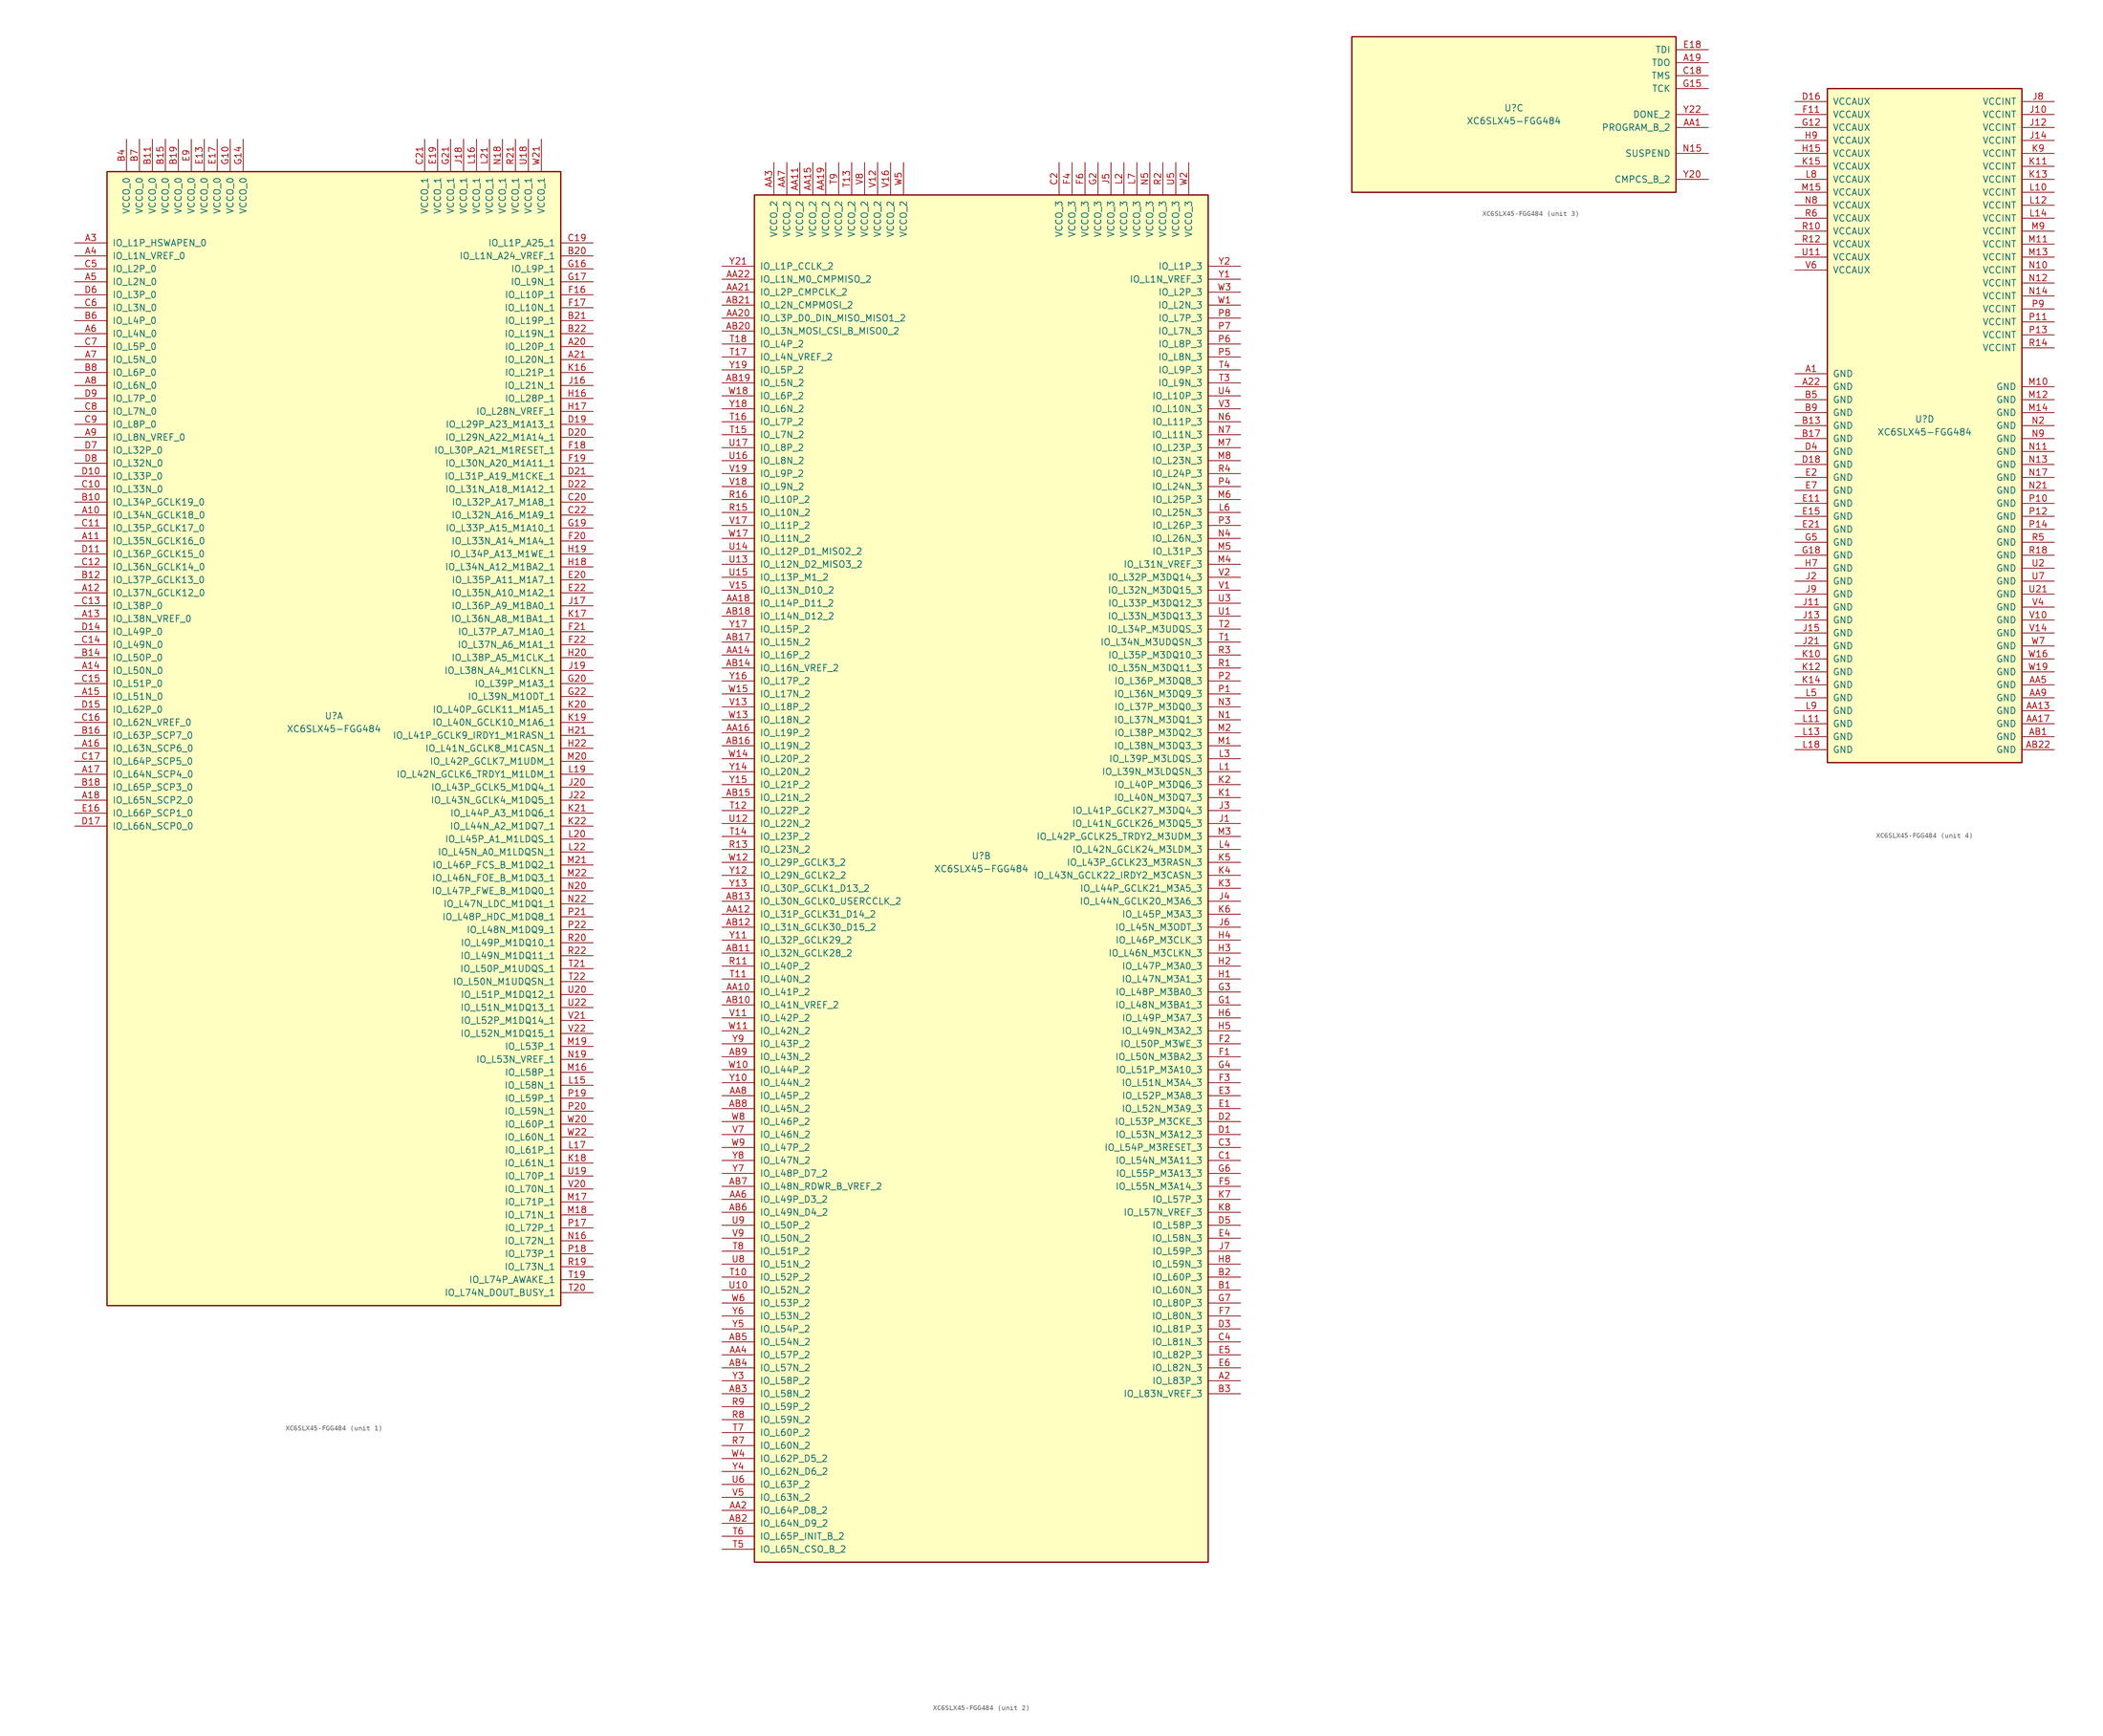
<source format=kicad_sym>
(kicad_symbol_lib
  (version 20201005)
  (generator kicad_symbol_editor)
  (symbol "XC6SLX45-FGG484"
    (pin_names
      (offset 1.016))
    (property "Reference" "U"
      (at 0 1.27 0)
      (effects (font (size 1.27 1.27))))
    (property "Value" "XC6SLX45-FGG484"
      (at 0 -1.27 0)
      (effects (font (size 1.27 1.27))))
    (property "Datasheet" ""
      (at 0 0 0)
      (effects (font (size 1.27 1.27))))
    (property "ki_locked" ""
      (at 0 0 0)
      (effects (font (size 1.27 1.27))))
    (symbol "XC6SLX45-FGG484_1_1"
      (rectangle (start -44.45 107.95) (end 44.45 -114.3) (stroke (width 0.254)) (fill (type background)))
      (pin bidirectional line (at -50.8 40.64 0) (length 6.35) (name "IO_L34N_GCLK18_0" (effects (font (size 1.27 1.27)))) (number "A10" (effects (font (size 1.27 1.27)))))
      (pin bidirectional line (at -50.8 35.56 0) (length 6.35) (name "IO_L35N_GCLK16_0" (effects (font (size 1.27 1.27)))) (number "A11" (effects (font (size 1.27 1.27)))))
      (pin bidirectional line (at -50.8 25.4 0) (length 6.35) (name "IO_L37N_GCLK12_0" (effects (font (size 1.27 1.27)))) (number "A12" (effects (font (size 1.27 1.27)))))
      (pin bidirectional line (at -50.8 20.32 0) (length 6.35) (name "IO_L38N_VREF_0" (effects (font (size 1.27 1.27)))) (number "A13" (effects (font (size 1.27 1.27)))))
      (pin bidirectional line (at -50.8 10.16 0) (length 6.35) (name "IO_L50N_0" (effects (font (size 1.27 1.27)))) (number "A14" (effects (font (size 1.27 1.27)))))
      (pin bidirectional line (at -50.8 5.08 0) (length 6.35) (name "IO_L51N_0" (effects (font (size 1.27 1.27)))) (number "A15" (effects (font (size 1.27 1.27)))))
      (pin bidirectional line (at -50.8 -5.08 0) (length 6.35) (name "IO_L63N_SCP6_0" (effects (font (size 1.27 1.27)))) (number "A16" (effects (font (size 1.27 1.27)))))
      (pin bidirectional line (at -50.8 -10.16 0) (length 6.35) (name "IO_L64N_SCP4_0" (effects (font (size 1.27 1.27)))) (number "A17" (effects (font (size 1.27 1.27)))))
      (pin bidirectional line (at -50.8 -15.24 0) (length 6.35) (name "IO_L65N_SCP2_0" (effects (font (size 1.27 1.27)))) (number "A18" (effects (font (size 1.27 1.27)))))
      (pin bidirectional line (at 50.8 73.66 180) (length 6.35) (name "IO_L20P_1" (effects (font (size 1.27 1.27)))) (number "A20" (effects (font (size 1.27 1.27)))))
      (pin bidirectional line (at 50.8 71.12 180) (length 6.35) (name "IO_L20N_1" (effects (font (size 1.27 1.27)))) (number "A21" (effects (font (size 1.27 1.27)))))
      (pin bidirectional line (at -50.8 93.98 0) (length 6.35) (name "IO_L1P_HSWAPEN_0" (effects (font (size 1.27 1.27)))) (number "A3" (effects (font (size 1.27 1.27)))))
      (pin bidirectional line (at -50.8 91.44 0) (length 6.35) (name "IO_L1N_VREF_0" (effects (font (size 1.27 1.27)))) (number "A4" (effects (font (size 1.27 1.27)))))
      (pin bidirectional line (at -50.8 86.36 0) (length 6.35) (name "IO_L2N_0" (effects (font (size 1.27 1.27)))) (number "A5" (effects (font (size 1.27 1.27)))))
      (pin bidirectional line (at -50.8 76.2 0) (length 6.35) (name "IO_L4N_0" (effects (font (size 1.27 1.27)))) (number "A6" (effects (font (size 1.27 1.27)))))
      (pin bidirectional line (at -50.8 71.12 0) (length 6.35) (name "IO_L5N_0" (effects (font (size 1.27 1.27)))) (number "A7" (effects (font (size 1.27 1.27)))))
      (pin bidirectional line (at -50.8 66.04 0) (length 6.35) (name "IO_L6N_0" (effects (font (size 1.27 1.27)))) (number "A8" (effects (font (size 1.27 1.27)))))
      (pin bidirectional line (at -50.8 55.88 0) (length 6.35) (name "IO_L8N_VREF_0" (effects (font (size 1.27 1.27)))) (number "A9" (effects (font (size 1.27 1.27)))))
      (pin bidirectional line (at -50.8 43.18 0) (length 6.35) (name "IO_L34P_GCLK19_0" (effects (font (size 1.27 1.27)))) (number "B10" (effects (font (size 1.27 1.27)))))
      (pin power_in line (at -35.56 114.3 270) (length 6.35) (name "VCCO_0" (effects (font (size 1.27 1.27)))) (number "B11" (effects (font (size 1.27 1.27)))))
      (pin bidirectional line (at -50.8 27.94 0) (length 6.35) (name "IO_L37P_GCLK13_0" (effects (font (size 1.27 1.27)))) (number "B12" (effects (font (size 1.27 1.27)))))
      (pin bidirectional line (at -50.8 12.7 0) (length 6.35) (name "IO_L50P_0" (effects (font (size 1.27 1.27)))) (number "B14" (effects (font (size 1.27 1.27)))))
      (pin power_in line (at -33.02 114.3 270) (length 6.35) (name "VCCO_0" (effects (font (size 1.27 1.27)))) (number "B15" (effects (font (size 1.27 1.27)))))
      (pin bidirectional line (at -50.8 -2.54 0) (length 6.35) (name "IO_L63P_SCP7_0" (effects (font (size 1.27 1.27)))) (number "B16" (effects (font (size 1.27 1.27)))))
      (pin bidirectional line (at -50.8 -12.7 0) (length 6.35) (name "IO_L65P_SCP3_0" (effects (font (size 1.27 1.27)))) (number "B18" (effects (font (size 1.27 1.27)))))
      (pin power_in line (at -30.48 114.3 270) (length 6.35) (name "VCCO_0" (effects (font (size 1.27 1.27)))) (number "B19" (effects (font (size 1.27 1.27)))))
      (pin bidirectional line (at 50.8 91.44 180) (length 6.35) (name "IO_L1N_A24_VREF_1" (effects (font (size 1.27 1.27)))) (number "B20" (effects (font (size 1.27 1.27)))))
      (pin bidirectional line (at 50.8 78.74 180) (length 6.35) (name "IO_L19P_1" (effects (font (size 1.27 1.27)))) (number "B21" (effects (font (size 1.27 1.27)))))
      (pin bidirectional line (at 50.8 76.2 180) (length 6.35) (name "IO_L19N_1" (effects (font (size 1.27 1.27)))) (number "B22" (effects (font (size 1.27 1.27)))))
      (pin power_in line (at -40.64 114.3 270) (length 6.35) (name "VCCO_0" (effects (font (size 1.27 1.27)))) (number "B4" (effects (font (size 1.27 1.27)))))
      (pin bidirectional line (at -50.8 78.74 0) (length 6.35) (name "IO_L4P_0" (effects (font (size 1.27 1.27)))) (number "B6" (effects (font (size 1.27 1.27)))))
      (pin power_in line (at -38.1 114.3 270) (length 6.35) (name "VCCO_0" (effects (font (size 1.27 1.27)))) (number "B7" (effects (font (size 1.27 1.27)))))
      (pin bidirectional line (at -50.8 68.58 0) (length 6.35) (name "IO_L6P_0" (effects (font (size 1.27 1.27)))) (number "B8" (effects (font (size 1.27 1.27)))))
      (pin bidirectional line (at -50.8 45.72 0) (length 6.35) (name "IO_L33N_0" (effects (font (size 1.27 1.27)))) (number "C10" (effects (font (size 1.27 1.27)))))
      (pin bidirectional line (at -50.8 38.1 0) (length 6.35) (name "IO_L35P_GCLK17_0" (effects (font (size 1.27 1.27)))) (number "C11" (effects (font (size 1.27 1.27)))))
      (pin bidirectional line (at -50.8 30.48 0) (length 6.35) (name "IO_L36N_GCLK14_0" (effects (font (size 1.27 1.27)))) (number "C12" (effects (font (size 1.27 1.27)))))
      (pin bidirectional line (at -50.8 22.86 0) (length 6.35) (name "IO_L38P_0" (effects (font (size 1.27 1.27)))) (number "C13" (effects (font (size 1.27 1.27)))))
      (pin bidirectional line (at -50.8 15.24 0) (length 6.35) (name "IO_L49N_0" (effects (font (size 1.27 1.27)))) (number "C14" (effects (font (size 1.27 1.27)))))
      (pin bidirectional line (at -50.8 7.62 0) (length 6.35) (name "IO_L51P_0" (effects (font (size 1.27 1.27)))) (number "C15" (effects (font (size 1.27 1.27)))))
      (pin bidirectional line (at -50.8 0 0) (length 6.35) (name "IO_L62N_VREF_0" (effects (font (size 1.27 1.27)))) (number "C16" (effects (font (size 1.27 1.27)))))
      (pin bidirectional line (at -50.8 -7.62 0) (length 6.35) (name "IO_L64P_SCP5_0" (effects (font (size 1.27 1.27)))) (number "C17" (effects (font (size 1.27 1.27)))))
      (pin bidirectional line (at 50.8 93.98 180) (length 6.35) (name "IO_L1P_A25_1" (effects (font (size 1.27 1.27)))) (number "C19" (effects (font (size 1.27 1.27)))))
      (pin bidirectional line (at 50.8 43.18 180) (length 6.35) (name "IO_L32P_A17_M1A8_1" (effects (font (size 1.27 1.27)))) (number "C20" (effects (font (size 1.27 1.27)))))
      (pin power_in line (at 17.78 114.3 270) (length 6.35) (name "VCCO_1" (effects (font (size 1.27 1.27)))) (number "C21" (effects (font (size 1.27 1.27)))))
      (pin bidirectional line (at 50.8 40.64 180) (length 6.35) (name "IO_L32N_A16_M1A9_1" (effects (font (size 1.27 1.27)))) (number "C22" (effects (font (size 1.27 1.27)))))
      (pin bidirectional line (at -50.8 88.9 0) (length 6.35) (name "IO_L2P_0" (effects (font (size 1.27 1.27)))) (number "C5" (effects (font (size 1.27 1.27)))))
      (pin bidirectional line (at -50.8 81.28 0) (length 6.35) (name "IO_L3N_0" (effects (font (size 1.27 1.27)))) (number "C6" (effects (font (size 1.27 1.27)))))
      (pin bidirectional line (at -50.8 73.66 0) (length 6.35) (name "IO_L5P_0" (effects (font (size 1.27 1.27)))) (number "C7" (effects (font (size 1.27 1.27)))))
      (pin bidirectional line (at -50.8 60.96 0) (length 6.35) (name "IO_L7N_0" (effects (font (size 1.27 1.27)))) (number "C8" (effects (font (size 1.27 1.27)))))
      (pin bidirectional line (at -50.8 58.42 0) (length 6.35) (name "IO_L8P_0" (effects (font (size 1.27 1.27)))) (number "C9" (effects (font (size 1.27 1.27)))))
      (pin bidirectional line (at -50.8 48.26 0) (length 6.35) (name "IO_L33P_0" (effects (font (size 1.27 1.27)))) (number "D10" (effects (font (size 1.27 1.27)))))
      (pin bidirectional line (at -50.8 33.02 0) (length 6.35) (name "IO_L36P_GCLK15_0" (effects (font (size 1.27 1.27)))) (number "D11" (effects (font (size 1.27 1.27)))))
      (pin bidirectional line (at -50.8 17.78 0) (length 6.35) (name "IO_L49P_0" (effects (font (size 1.27 1.27)))) (number "D14" (effects (font (size 1.27 1.27)))))
      (pin bidirectional line (at -50.8 2.54 0) (length 6.35) (name "IO_L62P_0" (effects (font (size 1.27 1.27)))) (number "D15" (effects (font (size 1.27 1.27)))))
      (pin bidirectional line (at -50.8 -20.32 0) (length 6.35) (name "IO_L66N_SCP0_0" (effects (font (size 1.27 1.27)))) (number "D17" (effects (font (size 1.27 1.27)))))
      (pin bidirectional line (at 50.8 58.42 180) (length 6.35) (name "IO_L29P_A23_M1A13_1" (effects (font (size 1.27 1.27)))) (number "D19" (effects (font (size 1.27 1.27)))))
      (pin bidirectional line (at 50.8 55.88 180) (length 6.35) (name "IO_L29N_A22_M1A14_1" (effects (font (size 1.27 1.27)))) (number "D20" (effects (font (size 1.27 1.27)))))
      (pin bidirectional line (at 50.8 48.26 180) (length 6.35) (name "IO_L31P_A19_M1CKE_1" (effects (font (size 1.27 1.27)))) (number "D21" (effects (font (size 1.27 1.27)))))
      (pin bidirectional line (at 50.8 45.72 180) (length 6.35) (name "IO_L31N_A18_M1A12_1" (effects (font (size 1.27 1.27)))) (number "D22" (effects (font (size 1.27 1.27)))))
      (pin bidirectional line (at -50.8 83.82 0) (length 6.35) (name "IO_L3P_0" (effects (font (size 1.27 1.27)))) (number "D6" (effects (font (size 1.27 1.27)))))
      (pin bidirectional line (at -50.8 53.34 0) (length 6.35) (name "IO_L32P_0" (effects (font (size 1.27 1.27)))) (number "D7" (effects (font (size 1.27 1.27)))))
      (pin bidirectional line (at -50.8 50.8 0) (length 6.35) (name "IO_L32N_0" (effects (font (size 1.27 1.27)))) (number "D8" (effects (font (size 1.27 1.27)))))
      (pin bidirectional line (at -50.8 63.5 0) (length 6.35) (name "IO_L7P_0" (effects (font (size 1.27 1.27)))) (number "D9" (effects (font (size 1.27 1.27)))))
      (pin power_in line (at -25.4 114.3 270) (length 6.35) (name "VCCO_0" (effects (font (size 1.27 1.27)))) (number "E13" (effects (font (size 1.27 1.27)))))
      (pin bidirectional line (at -50.8 -17.78 0) (length 6.35) (name "IO_L66P_SCP1_0" (effects (font (size 1.27 1.27)))) (number "E16" (effects (font (size 1.27 1.27)))))
      (pin power_in line (at -22.86 114.3 270) (length 6.35) (name "VCCO_0" (effects (font (size 1.27 1.27)))) (number "E17" (effects (font (size 1.27 1.27)))))
      (pin power_in line (at 20.32 114.3 270) (length 6.35) (name "VCCO_1" (effects (font (size 1.27 1.27)))) (number "E19" (effects (font (size 1.27 1.27)))))
      (pin bidirectional line (at 50.8 27.94 180) (length 6.35) (name "IO_L35P_A11_M1A7_1" (effects (font (size 1.27 1.27)))) (number "E20" (effects (font (size 1.27 1.27)))))
      (pin bidirectional line (at 50.8 25.4 180) (length 6.35) (name "IO_L35N_A10_M1A2_1" (effects (font (size 1.27 1.27)))) (number "E22" (effects (font (size 1.27 1.27)))))
      (pin power_in line (at -27.94 114.3 270) (length 6.35) (name "VCCO_0" (effects (font (size 1.27 1.27)))) (number "E9" (effects (font (size 1.27 1.27)))))
      (pin bidirectional line (at 50.8 83.82 180) (length 6.35) (name "IO_L10P_1" (effects (font (size 1.27 1.27)))) (number "F16" (effects (font (size 1.27 1.27)))))
      (pin bidirectional line (at 50.8 81.28 180) (length 6.35) (name "IO_L10N_1" (effects (font (size 1.27 1.27)))) (number "F17" (effects (font (size 1.27 1.27)))))
      (pin bidirectional line (at 50.8 53.34 180) (length 6.35) (name "IO_L30P_A21_M1RESET_1" (effects (font (size 1.27 1.27)))) (number "F18" (effects (font (size 1.27 1.27)))))
      (pin bidirectional line (at 50.8 50.8 180) (length 6.35) (name "IO_L30N_A20_M1A11_1" (effects (font (size 1.27 1.27)))) (number "F19" (effects (font (size 1.27 1.27)))))
      (pin bidirectional line (at 50.8 35.56 180) (length 6.35) (name "IO_L33N_A14_M1A4_1" (effects (font (size 1.27 1.27)))) (number "F20" (effects (font (size 1.27 1.27)))))
      (pin bidirectional line (at 50.8 17.78 180) (length 6.35) (name "IO_L37P_A7_M1A0_1" (effects (font (size 1.27 1.27)))) (number "F21" (effects (font (size 1.27 1.27)))))
      (pin bidirectional line (at 50.8 15.24 180) (length 6.35) (name "IO_L37N_A6_M1A1_1" (effects (font (size 1.27 1.27)))) (number "F22" (effects (font (size 1.27 1.27)))))
      (pin power_in line (at -20.32 114.3 270) (length 6.35) (name "VCCO_0" (effects (font (size 1.27 1.27)))) (number "G10" (effects (font (size 1.27 1.27)))))
      (pin power_in line (at -17.78 114.3 270) (length 6.35) (name "VCCO_0" (effects (font (size 1.27 1.27)))) (number "G14" (effects (font (size 1.27 1.27)))))
      (pin bidirectional line (at 50.8 88.9 180) (length 6.35) (name "IO_L9P_1" (effects (font (size 1.27 1.27)))) (number "G16" (effects (font (size 1.27 1.27)))))
      (pin bidirectional line (at 50.8 86.36 180) (length 6.35) (name "IO_L9N_1" (effects (font (size 1.27 1.27)))) (number "G17" (effects (font (size 1.27 1.27)))))
      (pin bidirectional line (at 50.8 38.1 180) (length 6.35) (name "IO_L33P_A15_M1A10_1" (effects (font (size 1.27 1.27)))) (number "G19" (effects (font (size 1.27 1.27)))))
      (pin bidirectional line (at 50.8 7.62 180) (length 6.35) (name "IO_L39P_M1A3_1" (effects (font (size 1.27 1.27)))) (number "G20" (effects (font (size 1.27 1.27)))))
      (pin power_in line (at 22.86 114.3 270) (length 6.35) (name "VCCO_1" (effects (font (size 1.27 1.27)))) (number "G21" (effects (font (size 1.27 1.27)))))
      (pin bidirectional line (at 50.8 5.08 180) (length 6.35) (name "IO_L39N_M1ODT_1" (effects (font (size 1.27 1.27)))) (number "G22" (effects (font (size 1.27 1.27)))))
      (pin bidirectional line (at 50.8 63.5 180) (length 6.35) (name "IO_L28P_1" (effects (font (size 1.27 1.27)))) (number "H16" (effects (font (size 1.27 1.27)))))
      (pin bidirectional line (at 50.8 60.96 180) (length 6.35) (name "IO_L28N_VREF_1" (effects (font (size 1.27 1.27)))) (number "H17" (effects (font (size 1.27 1.27)))))
      (pin bidirectional line (at 50.8 30.48 180) (length 6.35) (name "IO_L34N_A12_M1BA2_1" (effects (font (size 1.27 1.27)))) (number "H18" (effects (font (size 1.27 1.27)))))
      (pin bidirectional line (at 50.8 33.02 180) (length 6.35) (name "IO_L34P_A13_M1WE_1" (effects (font (size 1.27 1.27)))) (number "H19" (effects (font (size 1.27 1.27)))))
      (pin bidirectional line (at 50.8 12.7 180) (length 6.35) (name "IO_L38P_A5_M1CLK_1" (effects (font (size 1.27 1.27)))) (number "H20" (effects (font (size 1.27 1.27)))))
      (pin bidirectional line (at 50.8 -2.54 180) (length 6.35) (name "IO_L41P_GCLK9_IRDY1_M1RASN_1" (effects (font (size 1.27 1.27)))) (number "H21" (effects (font (size 1.27 1.27)))))
      (pin bidirectional line (at 50.8 -5.08 180) (length 6.35) (name "IO_L41N_GCLK8_M1CASN_1" (effects (font (size 1.27 1.27)))) (number "H22" (effects (font (size 1.27 1.27)))))
      (pin bidirectional line (at 50.8 66.04 180) (length 6.35) (name "IO_L21N_1" (effects (font (size 1.27 1.27)))) (number "J16" (effects (font (size 1.27 1.27)))))
      (pin bidirectional line (at 50.8 22.86 180) (length 6.35) (name "IO_L36P_A9_M1BA0_1" (effects (font (size 1.27 1.27)))) (number "J17" (effects (font (size 1.27 1.27)))))
      (pin power_in line (at 25.4 114.3 270) (length 6.35) (name "VCCO_1" (effects (font (size 1.27 1.27)))) (number "J18" (effects (font (size 1.27 1.27)))))
      (pin bidirectional line (at 50.8 10.16 180) (length 6.35) (name "IO_L38N_A4_M1CLKN_1" (effects (font (size 1.27 1.27)))) (number "J19" (effects (font (size 1.27 1.27)))))
      (pin bidirectional line (at 50.8 -12.7 180) (length 6.35) (name "IO_L43P_GCLK5_M1DQ4_1" (effects (font (size 1.27 1.27)))) (number "J20" (effects (font (size 1.27 1.27)))))
      (pin bidirectional line (at 50.8 -15.24 180) (length 6.35) (name "IO_L43N_GCLK4_M1DQ5_1" (effects (font (size 1.27 1.27)))) (number "J22" (effects (font (size 1.27 1.27)))))
      (pin bidirectional line (at 50.8 68.58 180) (length 6.35) (name "IO_L21P_1" (effects (font (size 1.27 1.27)))) (number "K16" (effects (font (size 1.27 1.27)))))
      (pin bidirectional line (at 50.8 20.32 180) (length 6.35) (name "IO_L36N_A8_M1BA1_1" (effects (font (size 1.27 1.27)))) (number "K17" (effects (font (size 1.27 1.27)))))
      (pin bidirectional line (at 50.8 -86.36 180) (length 6.35) (name "IO_L61N_1" (effects (font (size 1.27 1.27)))) (number "K18" (effects (font (size 1.27 1.27)))))
      (pin bidirectional line (at 50.8 0 180) (length 6.35) (name "IO_L40N_GCLK10_M1A6_1" (effects (font (size 1.27 1.27)))) (number "K19" (effects (font (size 1.27 1.27)))))
      (pin bidirectional line (at 50.8 2.54 180) (length 6.35) (name "IO_L40P_GCLK11_M1A5_1" (effects (font (size 1.27 1.27)))) (number "K20" (effects (font (size 1.27 1.27)))))
      (pin bidirectional line (at 50.8 -17.78 180) (length 6.35) (name "IO_L44P_A3_M1DQ6_1" (effects (font (size 1.27 1.27)))) (number "K21" (effects (font (size 1.27 1.27)))))
      (pin bidirectional line (at 50.8 -20.32 180) (length 6.35) (name "IO_L44N_A2_M1DQ7_1" (effects (font (size 1.27 1.27)))) (number "K22" (effects (font (size 1.27 1.27)))))
      (pin bidirectional line (at 50.8 -71.12 180) (length 6.35) (name "IO_L58N_1" (effects (font (size 1.27 1.27)))) (number "L15" (effects (font (size 1.27 1.27)))))
      (pin power_in line (at 27.94 114.3 270) (length 6.35) (name "VCCO_1" (effects (font (size 1.27 1.27)))) (number "L16" (effects (font (size 1.27 1.27)))))
      (pin bidirectional line (at 50.8 -83.82 180) (length 6.35) (name "IO_L61P_1" (effects (font (size 1.27 1.27)))) (number "L17" (effects (font (size 1.27 1.27)))))
      (pin bidirectional line (at 50.8 -10.16 180) (length 6.35) (name "IO_L42N_GCLK6_TRDY1_M1LDM_1" (effects (font (size 1.27 1.27)))) (number "L19" (effects (font (size 1.27 1.27)))))
      (pin bidirectional line (at 50.8 -22.86 180) (length 6.35) (name "IO_L45P_A1_M1LDQS_1" (effects (font (size 1.27 1.27)))) (number "L20" (effects (font (size 1.27 1.27)))))
      (pin power_in line (at 30.48 114.3 270) (length 6.35) (name "VCCO_1" (effects (font (size 1.27 1.27)))) (number "L21" (effects (font (size 1.27 1.27)))))
      (pin bidirectional line (at 50.8 -25.4 180) (length 6.35) (name "IO_L45N_A0_M1LDQSN_1" (effects (font (size 1.27 1.27)))) (number "L22" (effects (font (size 1.27 1.27)))))
      (pin bidirectional line (at 50.8 -68.58 180) (length 6.35) (name "IO_L58P_1" (effects (font (size 1.27 1.27)))) (number "M16" (effects (font (size 1.27 1.27)))))
      (pin bidirectional line (at 50.8 -93.98 180) (length 6.35) (name "IO_L71P_1" (effects (font (size 1.27 1.27)))) (number "M17" (effects (font (size 1.27 1.27)))))
      (pin bidirectional line (at 50.8 -96.52 180) (length 6.35) (name "IO_L71N_1" (effects (font (size 1.27 1.27)))) (number "M18" (effects (font (size 1.27 1.27)))))
      (pin bidirectional line (at 50.8 -63.5 180) (length 6.35) (name "IO_L53P_1" (effects (font (size 1.27 1.27)))) (number "M19" (effects (font (size 1.27 1.27)))))
      (pin bidirectional line (at 50.8 -7.62 180) (length 6.35) (name "IO_L42P_GCLK7_M1UDM_1" (effects (font (size 1.27 1.27)))) (number "M20" (effects (font (size 1.27 1.27)))))
      (pin bidirectional line (at 50.8 -27.94 180) (length 6.35) (name "IO_L46P_FCS_B_M1DQ2_1" (effects (font (size 1.27 1.27)))) (number "M21" (effects (font (size 1.27 1.27)))))
      (pin bidirectional line (at 50.8 -30.48 180) (length 6.35) (name "IO_L46N_FOE_B_M1DQ3_1" (effects (font (size 1.27 1.27)))) (number "M22" (effects (font (size 1.27 1.27)))))
      (pin bidirectional line (at 50.8 -101.6 180) (length 6.35) (name "IO_L72N_1" (effects (font (size 1.27 1.27)))) (number "N16" (effects (font (size 1.27 1.27)))))
      (pin power_in line (at 33.02 114.3 270) (length 6.35) (name "VCCO_1" (effects (font (size 1.27 1.27)))) (number "N18" (effects (font (size 1.27 1.27)))))
      (pin bidirectional line (at 50.8 -66.04 180) (length 6.35) (name "IO_L53N_VREF_1" (effects (font (size 1.27 1.27)))) (number "N19" (effects (font (size 1.27 1.27)))))
      (pin bidirectional line (at 50.8 -33.02 180) (length 6.35) (name "IO_L47P_FWE_B_M1DQ0_1" (effects (font (size 1.27 1.27)))) (number "N20" (effects (font (size 1.27 1.27)))))
      (pin bidirectional line (at 50.8 -35.56 180) (length 6.35) (name "IO_L47N_LDC_M1DQ1_1" (effects (font (size 1.27 1.27)))) (number "N22" (effects (font (size 1.27 1.27)))))
      (pin bidirectional line (at 50.8 -99.06 180) (length 6.35) (name "IO_L72P_1" (effects (font (size 1.27 1.27)))) (number "P17" (effects (font (size 1.27 1.27)))))
      (pin bidirectional line (at 50.8 -104.14 180) (length 6.35) (name "IO_L73P_1" (effects (font (size 1.27 1.27)))) (number "P18" (effects (font (size 1.27 1.27)))))
      (pin bidirectional line (at 50.8 -73.66 180) (length 6.35) (name "IO_L59P_1" (effects (font (size 1.27 1.27)))) (number "P19" (effects (font (size 1.27 1.27)))))
      (pin bidirectional line (at 50.8 -76.2 180) (length 6.35) (name "IO_L59N_1" (effects (font (size 1.27 1.27)))) (number "P20" (effects (font (size 1.27 1.27)))))
      (pin bidirectional line (at 50.8 -38.1 180) (length 6.35) (name "IO_L48P_HDC_M1DQ8_1" (effects (font (size 1.27 1.27)))) (number "P21" (effects (font (size 1.27 1.27)))))
      (pin bidirectional line (at 50.8 -40.64 180) (length 6.35) (name "IO_L48N_M1DQ9_1" (effects (font (size 1.27 1.27)))) (number "P22" (effects (font (size 1.27 1.27)))))
      (pin bidirectional line (at 50.8 -106.68 180) (length 6.35) (name "IO_L73N_1" (effects (font (size 1.27 1.27)))) (number "R19" (effects (font (size 1.27 1.27)))))
      (pin bidirectional line (at 50.8 -43.18 180) (length 6.35) (name "IO_L49P_M1DQ10_1" (effects (font (size 1.27 1.27)))) (number "R20" (effects (font (size 1.27 1.27)))))
      (pin power_in line (at 35.56 114.3 270) (length 6.35) (name "VCCO_1" (effects (font (size 1.27 1.27)))) (number "R21" (effects (font (size 1.27 1.27)))))
      (pin bidirectional line (at 50.8 -45.72 180) (length 6.35) (name "IO_L49N_M1DQ11_1" (effects (font (size 1.27 1.27)))) (number "R22" (effects (font (size 1.27 1.27)))))
      (pin bidirectional line (at 50.8 -109.22 180) (length 6.35) (name "IO_L74P_AWAKE_1" (effects (font (size 1.27 1.27)))) (number "T19" (effects (font (size 1.27 1.27)))))
      (pin bidirectional line (at 50.8 -111.76 180) (length 6.35) (name "IO_L74N_DOUT_BUSY_1" (effects (font (size 1.27 1.27)))) (number "T20" (effects (font (size 1.27 1.27)))))
      (pin bidirectional line (at 50.8 -48.26 180) (length 6.35) (name "IO_L50P_M1UDQS_1" (effects (font (size 1.27 1.27)))) (number "T21" (effects (font (size 1.27 1.27)))))
      (pin bidirectional line (at 50.8 -50.8 180) (length 6.35) (name "IO_L50N_M1UDQSN_1" (effects (font (size 1.27 1.27)))) (number "T22" (effects (font (size 1.27 1.27)))))
      (pin power_in line (at 38.1 114.3 270) (length 6.35) (name "VCCO_1" (effects (font (size 1.27 1.27)))) (number "U18" (effects (font (size 1.27 1.27)))))
      (pin bidirectional line (at 50.8 -88.9 180) (length 6.35) (name "IO_L70P_1" (effects (font (size 1.27 1.27)))) (number "U19" (effects (font (size 1.27 1.27)))))
      (pin bidirectional line (at 50.8 -53.34 180) (length 6.35) (name "IO_L51P_M1DQ12_1" (effects (font (size 1.27 1.27)))) (number "U20" (effects (font (size 1.27 1.27)))))
      (pin bidirectional line (at 50.8 -55.88 180) (length 6.35) (name "IO_L51N_M1DQ13_1" (effects (font (size 1.27 1.27)))) (number "U22" (effects (font (size 1.27 1.27)))))
      (pin bidirectional line (at 50.8 -91.44 180) (length 6.35) (name "IO_L70N_1" (effects (font (size 1.27 1.27)))) (number "V20" (effects (font (size 1.27 1.27)))))
      (pin bidirectional line (at 50.8 -58.42 180) (length 6.35) (name "IO_L52P_M1DQ14_1" (effects (font (size 1.27 1.27)))) (number "V21" (effects (font (size 1.27 1.27)))))
      (pin bidirectional line (at 50.8 -60.96 180) (length 6.35) (name "IO_L52N_M1DQ15_1" (effects (font (size 1.27 1.27)))) (number "V22" (effects (font (size 1.27 1.27)))))
      (pin bidirectional line (at 50.8 -78.74 180) (length 6.35) (name "IO_L60P_1" (effects (font (size 1.27 1.27)))) (number "W20" (effects (font (size 1.27 1.27)))))
      (pin power_in line (at 40.64 114.3 270) (length 6.35) (name "VCCO_1" (effects (font (size 1.27 1.27)))) (number "W21" (effects (font (size 1.27 1.27)))))
      (pin bidirectional line (at 50.8 -81.28 180) (length 6.35) (name "IO_L60N_1" (effects (font (size 1.27 1.27)))) (number "W22" (effects (font (size 1.27 1.27))))))
    (symbol "XC6SLX45-FGG484_2_1"
      (rectangle (start -44.45 130.81) (end 44.45 -137.16) (stroke (width 0.254)) (fill (type background)))
      (pin bidirectional line (at 50.8 -101.6 180) (length 6.35) (name "IO_L83P_3" (effects (font (size 1.27 1.27)))) (number "A2" (effects (font (size 1.27 1.27)))))
      (pin bidirectional line (at -50.8 -25.4 0) (length 6.35) (name "IO_L41P_2" (effects (font (size 1.27 1.27)))) (number "AA10" (effects (font (size 1.27 1.27)))))
      (pin power_in line (at -35.56 137.16 270) (length 6.35) (name "VCCO_2" (effects (font (size 1.27 1.27)))) (number "AA11" (effects (font (size 1.27 1.27)))))
      (pin bidirectional line (at -50.8 -10.16 0) (length 6.35) (name "IO_L31P_GCLK31_D14_2" (effects (font (size 1.27 1.27)))) (number "AA12" (effects (font (size 1.27 1.27)))))
      (pin bidirectional line (at -50.8 40.64 0) (length 6.35) (name "IO_L16P_2" (effects (font (size 1.27 1.27)))) (number "AA14" (effects (font (size 1.27 1.27)))))
      (pin power_in line (at -33.02 137.16 270) (length 6.35) (name "VCCO_2" (effects (font (size 1.27 1.27)))) (number "AA15" (effects (font (size 1.27 1.27)))))
      (pin bidirectional line (at -50.8 25.4 0) (length 6.35) (name "IO_L19P_2" (effects (font (size 1.27 1.27)))) (number "AA16" (effects (font (size 1.27 1.27)))))
      (pin bidirectional line (at -50.8 50.8 0) (length 6.35) (name "IO_L14P_D11_2" (effects (font (size 1.27 1.27)))) (number "AA18" (effects (font (size 1.27 1.27)))))
      (pin power_in line (at -30.48 137.16 270) (length 6.35) (name "VCCO_2" (effects (font (size 1.27 1.27)))) (number "AA19" (effects (font (size 1.27 1.27)))))
      (pin bidirectional line (at -50.8 -127 0) (length 6.35) (name "IO_L64P_D8_2" (effects (font (size 1.27 1.27)))) (number "AA2" (effects (font (size 1.27 1.27)))))
      (pin bidirectional line (at -50.8 106.68 0) (length 6.35) (name "IO_L3P_D0_DIN_MISO_MISO1_2" (effects (font (size 1.27 1.27)))) (number "AA20" (effects (font (size 1.27 1.27)))))
      (pin bidirectional line (at -50.8 111.76 0) (length 6.35) (name "IO_L2P_CMPCLK_2" (effects (font (size 1.27 1.27)))) (number "AA21" (effects (font (size 1.27 1.27)))))
      (pin bidirectional line (at -50.8 114.3 0) (length 6.35) (name "IO_L1N_M0_CMPMISO_2" (effects (font (size 1.27 1.27)))) (number "AA22" (effects (font (size 1.27 1.27)))))
      (pin power_in line (at -40.64 137.16 270) (length 6.35) (name "VCCO_2" (effects (font (size 1.27 1.27)))) (number "AA3" (effects (font (size 1.27 1.27)))))
      (pin bidirectional line (at -50.8 -96.52 0) (length 6.35) (name "IO_L57P_2" (effects (font (size 1.27 1.27)))) (number "AA4" (effects (font (size 1.27 1.27)))))
      (pin bidirectional line (at -50.8 -66.04 0) (length 6.35) (name "IO_L49P_D3_2" (effects (font (size 1.27 1.27)))) (number "AA6" (effects (font (size 1.27 1.27)))))
      (pin power_in line (at -38.1 137.16 270) (length 6.35) (name "VCCO_2" (effects (font (size 1.27 1.27)))) (number "AA7" (effects (font (size 1.27 1.27)))))
      (pin bidirectional line (at -50.8 -45.72 0) (length 6.35) (name "IO_L45P_2" (effects (font (size 1.27 1.27)))) (number "AA8" (effects (font (size 1.27 1.27)))))
      (pin bidirectional line (at -50.8 -27.94 0) (length 6.35) (name "IO_L41N_VREF_2" (effects (font (size 1.27 1.27)))) (number "AB10" (effects (font (size 1.27 1.27)))))
      (pin bidirectional line (at -50.8 -17.78 0) (length 6.35) (name "IO_L32N_GCLK28_2" (effects (font (size 1.27 1.27)))) (number "AB11" (effects (font (size 1.27 1.27)))))
      (pin bidirectional line (at -50.8 -12.7 0) (length 6.35) (name "IO_L31N_GCLK30_D15_2" (effects (font (size 1.27 1.27)))) (number "AB12" (effects (font (size 1.27 1.27)))))
      (pin bidirectional line (at -50.8 -7.62 0) (length 6.35) (name "IO_L30N_GCLK0_USERCCLK_2" (effects (font (size 1.27 1.27)))) (number "AB13" (effects (font (size 1.27 1.27)))))
      (pin bidirectional line (at -50.8 38.1 0) (length 6.35) (name "IO_L16N_VREF_2" (effects (font (size 1.27 1.27)))) (number "AB14" (effects (font (size 1.27 1.27)))))
      (pin bidirectional line (at -50.8 12.7 0) (length 6.35) (name "IO_L21N_2" (effects (font (size 1.27 1.27)))) (number "AB15" (effects (font (size 1.27 1.27)))))
      (pin bidirectional line (at -50.8 22.86 0) (length 6.35) (name "IO_L19N_2" (effects (font (size 1.27 1.27)))) (number "AB16" (effects (font (size 1.27 1.27)))))
      (pin bidirectional line (at -50.8 43.18 0) (length 6.35) (name "IO_L15N_2" (effects (font (size 1.27 1.27)))) (number "AB17" (effects (font (size 1.27 1.27)))))
      (pin bidirectional line (at -50.8 48.26 0) (length 6.35) (name "IO_L14N_D12_2" (effects (font (size 1.27 1.27)))) (number "AB18" (effects (font (size 1.27 1.27)))))
      (pin bidirectional line (at -50.8 93.98 0) (length 6.35) (name "IO_L5N_2" (effects (font (size 1.27 1.27)))) (number "AB19" (effects (font (size 1.27 1.27)))))
      (pin bidirectional line (at -50.8 -129.54 0) (length 6.35) (name "IO_L64N_D9_2" (effects (font (size 1.27 1.27)))) (number "AB2" (effects (font (size 1.27 1.27)))))
      (pin bidirectional line (at -50.8 104.14 0) (length 6.35) (name "IO_L3N_MOSI_CSI_B_MISO0_2" (effects (font (size 1.27 1.27)))) (number "AB20" (effects (font (size 1.27 1.27)))))
      (pin bidirectional line (at -50.8 109.22 0) (length 6.35) (name "IO_L2N_CMPMOSI_2" (effects (font (size 1.27 1.27)))) (number "AB21" (effects (font (size 1.27 1.27)))))
      (pin bidirectional line (at -50.8 -104.14 0) (length 6.35) (name "IO_L58N_2" (effects (font (size 1.27 1.27)))) (number "AB3" (effects (font (size 1.27 1.27)))))
      (pin bidirectional line (at -50.8 -99.06 0) (length 6.35) (name "IO_L57N_2" (effects (font (size 1.27 1.27)))) (number "AB4" (effects (font (size 1.27 1.27)))))
      (pin bidirectional line (at -50.8 -93.98 0) (length 6.35) (name "IO_L54N_2" (effects (font (size 1.27 1.27)))) (number "AB5" (effects (font (size 1.27 1.27)))))
      (pin bidirectional line (at -50.8 -68.58 0) (length 6.35) (name "IO_L49N_D4_2" (effects (font (size 1.27 1.27)))) (number "AB6" (effects (font (size 1.27 1.27)))))
      (pin bidirectional line (at -50.8 -63.5 0) (length 6.35) (name "IO_L48N_RDWR_B_VREF_2" (effects (font (size 1.27 1.27)))) (number "AB7" (effects (font (size 1.27 1.27)))))
      (pin bidirectional line (at -50.8 -48.26 0) (length 6.35) (name "IO_L45N_2" (effects (font (size 1.27 1.27)))) (number "AB8" (effects (font (size 1.27 1.27)))))
      (pin bidirectional line (at -50.8 -38.1 0) (length 6.35) (name "IO_L43N_2" (effects (font (size 1.27 1.27)))) (number "AB9" (effects (font (size 1.27 1.27)))))
      (pin bidirectional line (at 50.8 -83.82 180) (length 6.35) (name "IO_L60N_3" (effects (font (size 1.27 1.27)))) (number "B1" (effects (font (size 1.27 1.27)))))
      (pin bidirectional line (at 50.8 -81.28 180) (length 6.35) (name "IO_L60P_3" (effects (font (size 1.27 1.27)))) (number "B2" (effects (font (size 1.27 1.27)))))
      (pin bidirectional line (at 50.8 -104.14 180) (length 6.35) (name "IO_L83N_VREF_3" (effects (font (size 1.27 1.27)))) (number "B3" (effects (font (size 1.27 1.27)))))
      (pin bidirectional line (at 50.8 -58.42 180) (length 6.35) (name "IO_L54N_M3A11_3" (effects (font (size 1.27 1.27)))) (number "C1" (effects (font (size 1.27 1.27)))))
      (pin power_in line (at 15.24 137.16 270) (length 6.35) (name "VCCO_3" (effects (font (size 1.27 1.27)))) (number "C2" (effects (font (size 1.27 1.27)))))
      (pin bidirectional line (at 50.8 -55.88 180) (length 6.35) (name "IO_L54P_M3RESET_3" (effects (font (size 1.27 1.27)))) (number "C3" (effects (font (size 1.27 1.27)))))
      (pin bidirectional line (at 50.8 -93.98 180) (length 6.35) (name "IO_L81N_3" (effects (font (size 1.27 1.27)))) (number "C4" (effects (font (size 1.27 1.27)))))
      (pin bidirectional line (at 50.8 -53.34 180) (length 6.35) (name "IO_L53N_M3A12_3" (effects (font (size 1.27 1.27)))) (number "D1" (effects (font (size 1.27 1.27)))))
      (pin bidirectional line (at 50.8 -50.8 180) (length 6.35) (name "IO_L53P_M3CKE_3" (effects (font (size 1.27 1.27)))) (number "D2" (effects (font (size 1.27 1.27)))))
      (pin bidirectional line (at 50.8 -91.44 180) (length 6.35) (name "IO_L81P_3" (effects (font (size 1.27 1.27)))) (number "D3" (effects (font (size 1.27 1.27)))))
      (pin bidirectional line (at 50.8 -71.12 180) (length 6.35) (name "IO_L58P_3" (effects (font (size 1.27 1.27)))) (number "D5" (effects (font (size 1.27 1.27)))))
      (pin bidirectional line (at 50.8 -48.26 180) (length 6.35) (name "IO_L52N_M3A9_3" (effects (font (size 1.27 1.27)))) (number "E1" (effects (font (size 1.27 1.27)))))
      (pin bidirectional line (at 50.8 -45.72 180) (length 6.35) (name "IO_L52P_M3A8_3" (effects (font (size 1.27 1.27)))) (number "E3" (effects (font (size 1.27 1.27)))))
      (pin bidirectional line (at 50.8 -73.66 180) (length 6.35) (name "IO_L58N_3" (effects (font (size 1.27 1.27)))) (number "E4" (effects (font (size 1.27 1.27)))))
      (pin bidirectional line (at 50.8 -96.52 180) (length 6.35) (name "IO_L82P_3" (effects (font (size 1.27 1.27)))) (number "E5" (effects (font (size 1.27 1.27)))))
      (pin bidirectional line (at 50.8 -99.06 180) (length 6.35) (name "IO_L82N_3" (effects (font (size 1.27 1.27)))) (number "E6" (effects (font (size 1.27 1.27)))))
      (pin bidirectional line (at 50.8 -38.1 180) (length 6.35) (name "IO_L50N_M3BA2_3" (effects (font (size 1.27 1.27)))) (number "F1" (effects (font (size 1.27 1.27)))))
      (pin bidirectional line (at 50.8 -35.56 180) (length 6.35) (name "IO_L50P_M3WE_3" (effects (font (size 1.27 1.27)))) (number "F2" (effects (font (size 1.27 1.27)))))
      (pin bidirectional line (at 50.8 -43.18 180) (length 6.35) (name "IO_L51N_M3A4_3" (effects (font (size 1.27 1.27)))) (number "F3" (effects (font (size 1.27 1.27)))))
      (pin power_in line (at 17.78 137.16 270) (length 6.35) (name "VCCO_3" (effects (font (size 1.27 1.27)))) (number "F4" (effects (font (size 1.27 1.27)))))
      (pin bidirectional line (at 50.8 -63.5 180) (length 6.35) (name "IO_L55N_M3A14_3" (effects (font (size 1.27 1.27)))) (number "F5" (effects (font (size 1.27 1.27)))))
      (pin power_in line (at 20.32 137.16 270) (length 6.35) (name "VCCO_3" (effects (font (size 1.27 1.27)))) (number "F6" (effects (font (size 1.27 1.27)))))
      (pin bidirectional line (at 50.8 -88.9 180) (length 6.35) (name "IO_L80N_3" (effects (font (size 1.27 1.27)))) (number "F7" (effects (font (size 1.27 1.27)))))
      (pin bidirectional line (at 50.8 -27.94 180) (length 6.35) (name "IO_L48N_M3BA1_3" (effects (font (size 1.27 1.27)))) (number "G1" (effects (font (size 1.27 1.27)))))
      (pin power_in line (at 22.86 137.16 270) (length 6.35) (name "VCCO_3" (effects (font (size 1.27 1.27)))) (number "G2" (effects (font (size 1.27 1.27)))))
      (pin bidirectional line (at 50.8 -25.4 180) (length 6.35) (name "IO_L48P_M3BA0_3" (effects (font (size 1.27 1.27)))) (number "G3" (effects (font (size 1.27 1.27)))))
      (pin bidirectional line (at 50.8 -40.64 180) (length 6.35) (name "IO_L51P_M3A10_3" (effects (font (size 1.27 1.27)))) (number "G4" (effects (font (size 1.27 1.27)))))
      (pin bidirectional line (at 50.8 -60.96 180) (length 6.35) (name "IO_L55P_M3A13_3" (effects (font (size 1.27 1.27)))) (number "G6" (effects (font (size 1.27 1.27)))))
      (pin bidirectional line (at 50.8 -86.36 180) (length 6.35) (name "IO_L80P_3" (effects (font (size 1.27 1.27)))) (number "G7" (effects (font (size 1.27 1.27)))))
      (pin bidirectional line (at 50.8 -22.86 180) (length 6.35) (name "IO_L47N_M3A1_3" (effects (font (size 1.27 1.27)))) (number "H1" (effects (font (size 1.27 1.27)))))
      (pin bidirectional line (at 50.8 -20.32 180) (length 6.35) (name "IO_L47P_M3A0_3" (effects (font (size 1.27 1.27)))) (number "H2" (effects (font (size 1.27 1.27)))))
      (pin bidirectional line (at 50.8 -17.78 180) (length 6.35) (name "IO_L46N_M3CLKN_3" (effects (font (size 1.27 1.27)))) (number "H3" (effects (font (size 1.27 1.27)))))
      (pin bidirectional line (at 50.8 -15.24 180) (length 6.35) (name "IO_L46P_M3CLK_3" (effects (font (size 1.27 1.27)))) (number "H4" (effects (font (size 1.27 1.27)))))
      (pin bidirectional line (at 50.8 -33.02 180) (length 6.35) (name "IO_L49N_M3A2_3" (effects (font (size 1.27 1.27)))) (number "H5" (effects (font (size 1.27 1.27)))))
      (pin bidirectional line (at 50.8 -30.48 180) (length 6.35) (name "IO_L49P_M3A7_3" (effects (font (size 1.27 1.27)))) (number "H6" (effects (font (size 1.27 1.27)))))
      (pin bidirectional line (at 50.8 -78.74 180) (length 6.35) (name "IO_L59N_3" (effects (font (size 1.27 1.27)))) (number "H8" (effects (font (size 1.27 1.27)))))
      (pin bidirectional line (at 50.8 7.62 180) (length 6.35) (name "IO_L41N_GCLK26_M3DQ5_3" (effects (font (size 1.27 1.27)))) (number "J1" (effects (font (size 1.27 1.27)))))
      (pin bidirectional line (at 50.8 10.16 180) (length 6.35) (name "IO_L41P_GCLK27_M3DQ4_3" (effects (font (size 1.27 1.27)))) (number "J3" (effects (font (size 1.27 1.27)))))
      (pin bidirectional line (at 50.8 -7.62 180) (length 6.35) (name "IO_L44N_GCLK20_M3A6_3" (effects (font (size 1.27 1.27)))) (number "J4" (effects (font (size 1.27 1.27)))))
      (pin power_in line (at 25.4 137.16 270) (length 6.35) (name "VCCO_3" (effects (font (size 1.27 1.27)))) (number "J5" (effects (font (size 1.27 1.27)))))
      (pin bidirectional line (at 50.8 -12.7 180) (length 6.35) (name "IO_L45N_M3ODT_3" (effects (font (size 1.27 1.27)))) (number "J6" (effects (font (size 1.27 1.27)))))
      (pin bidirectional line (at 50.8 -76.2 180) (length 6.35) (name "IO_L59P_3" (effects (font (size 1.27 1.27)))) (number "J7" (effects (font (size 1.27 1.27)))))
      (pin bidirectional line (at 50.8 12.7 180) (length 6.35) (name "IO_L40N_M3DQ7_3" (effects (font (size 1.27 1.27)))) (number "K1" (effects (font (size 1.27 1.27)))))
      (pin bidirectional line (at 50.8 15.24 180) (length 6.35) (name "IO_L40P_M3DQ6_3" (effects (font (size 1.27 1.27)))) (number "K2" (effects (font (size 1.27 1.27)))))
      (pin bidirectional line (at 50.8 -5.08 180) (length 6.35) (name "IO_L44P_GCLK21_M3A5_3" (effects (font (size 1.27 1.27)))) (number "K3" (effects (font (size 1.27 1.27)))))
      (pin bidirectional line (at 50.8 -2.54 180) (length 6.35) (name "IO_L43N_GCLK22_IRDY2_M3CASN_3" (effects (font (size 1.27 1.27)))) (number "K4" (effects (font (size 1.27 1.27)))))
      (pin bidirectional line (at 50.8 0 180) (length 6.35) (name "IO_L43P_GCLK23_M3RASN_3" (effects (font (size 1.27 1.27)))) (number "K5" (effects (font (size 1.27 1.27)))))
      (pin bidirectional line (at 50.8 -10.16 180) (length 6.35) (name "IO_L45P_M3A3_3" (effects (font (size 1.27 1.27)))) (number "K6" (effects (font (size 1.27 1.27)))))
      (pin bidirectional line (at 50.8 -66.04 180) (length 6.35) (name "IO_L57P_3" (effects (font (size 1.27 1.27)))) (number "K7" (effects (font (size 1.27 1.27)))))
      (pin bidirectional line (at 50.8 -68.58 180) (length 6.35) (name "IO_L57N_VREF_3" (effects (font (size 1.27 1.27)))) (number "K8" (effects (font (size 1.27 1.27)))))
      (pin bidirectional line (at 50.8 17.78 180) (length 6.35) (name "IO_L39N_M3LDQSN_3" (effects (font (size 1.27 1.27)))) (number "L1" (effects (font (size 1.27 1.27)))))
      (pin power_in line (at 27.94 137.16 270) (length 6.35) (name "VCCO_3" (effects (font (size 1.27 1.27)))) (number "L2" (effects (font (size 1.27 1.27)))))
      (pin bidirectional line (at 50.8 20.32 180) (length 6.35) (name "IO_L39P_M3LDQS_3" (effects (font (size 1.27 1.27)))) (number "L3" (effects (font (size 1.27 1.27)))))
      (pin bidirectional line (at 50.8 2.54 180) (length 6.35) (name "IO_L42N_GCLK24_M3LDM_3" (effects (font (size 1.27 1.27)))) (number "L4" (effects (font (size 1.27 1.27)))))
      (pin bidirectional line (at 50.8 68.58 180) (length 6.35) (name "IO_L25N_3" (effects (font (size 1.27 1.27)))) (number "L6" (effects (font (size 1.27 1.27)))))
      (pin power_in line (at 30.48 137.16 270) (length 6.35) (name "VCCO_3" (effects (font (size 1.27 1.27)))) (number "L7" (effects (font (size 1.27 1.27)))))
      (pin bidirectional line (at 50.8 22.86 180) (length 6.35) (name "IO_L38N_M3DQ3_3" (effects (font (size 1.27 1.27)))) (number "M1" (effects (font (size 1.27 1.27)))))
      (pin bidirectional line (at 50.8 25.4 180) (length 6.35) (name "IO_L38P_M3DQ2_3" (effects (font (size 1.27 1.27)))) (number "M2" (effects (font (size 1.27 1.27)))))
      (pin bidirectional line (at 50.8 5.08 180) (length 6.35) (name "IO_L42P_GCLK25_TRDY2_M3UDM_3" (effects (font (size 1.27 1.27)))) (number "M3" (effects (font (size 1.27 1.27)))))
      (pin bidirectional line (at 50.8 58.42 180) (length 6.35) (name "IO_L31N_VREF_3" (effects (font (size 1.27 1.27)))) (number "M4" (effects (font (size 1.27 1.27)))))
      (pin bidirectional line (at 50.8 60.96 180) (length 6.35) (name "IO_L31P_3" (effects (font (size 1.27 1.27)))) (number "M5" (effects (font (size 1.27 1.27)))))
      (pin bidirectional line (at 50.8 71.12 180) (length 6.35) (name "IO_L25P_3" (effects (font (size 1.27 1.27)))) (number "M6" (effects (font (size 1.27 1.27)))))
      (pin bidirectional line (at 50.8 81.28 180) (length 6.35) (name "IO_L23P_3" (effects (font (size 1.27 1.27)))) (number "M7" (effects (font (size 1.27 1.27)))))
      (pin bidirectional line (at 50.8 78.74 180) (length 6.35) (name "IO_L23N_3" (effects (font (size 1.27 1.27)))) (number "M8" (effects (font (size 1.27 1.27)))))
      (pin bidirectional line (at 50.8 27.94 180) (length 6.35) (name "IO_L37N_M3DQ1_3" (effects (font (size 1.27 1.27)))) (number "N1" (effects (font (size 1.27 1.27)))))
      (pin bidirectional line (at 50.8 30.48 180) (length 6.35) (name "IO_L37P_M3DQ0_3" (effects (font (size 1.27 1.27)))) (number "N3" (effects (font (size 1.27 1.27)))))
      (pin bidirectional line (at 50.8 63.5 180) (length 6.35) (name "IO_L26N_3" (effects (font (size 1.27 1.27)))) (number "N4" (effects (font (size 1.27 1.27)))))
      (pin power_in line (at 33.02 137.16 270) (length 6.35) (name "VCCO_3" (effects (font (size 1.27 1.27)))) (number "N5" (effects (font (size 1.27 1.27)))))
      (pin bidirectional line (at 50.8 86.36 180) (length 6.35) (name "IO_L11P_3" (effects (font (size 1.27 1.27)))) (number "N6" (effects (font (size 1.27 1.27)))))
      (pin bidirectional line (at 50.8 83.82 180) (length 6.35) (name "IO_L11N_3" (effects (font (size 1.27 1.27)))) (number "N7" (effects (font (size 1.27 1.27)))))
      (pin bidirectional line (at 50.8 33.02 180) (length 6.35) (name "IO_L36N_M3DQ9_3" (effects (font (size 1.27 1.27)))) (number "P1" (effects (font (size 1.27 1.27)))))
      (pin bidirectional line (at 50.8 35.56 180) (length 6.35) (name "IO_L36P_M3DQ8_3" (effects (font (size 1.27 1.27)))) (number "P2" (effects (font (size 1.27 1.27)))))
      (pin bidirectional line (at 50.8 66.04 180) (length 6.35) (name "IO_L26P_3" (effects (font (size 1.27 1.27)))) (number "P3" (effects (font (size 1.27 1.27)))))
      (pin bidirectional line (at 50.8 73.66 180) (length 6.35) (name "IO_L24N_3" (effects (font (size 1.27 1.27)))) (number "P4" (effects (font (size 1.27 1.27)))))
      (pin bidirectional line (at 50.8 99.06 180) (length 6.35) (name "IO_L8N_3" (effects (font (size 1.27 1.27)))) (number "P5" (effects (font (size 1.27 1.27)))))
      (pin bidirectional line (at 50.8 101.6 180) (length 6.35) (name "IO_L8P_3" (effects (font (size 1.27 1.27)))) (number "P6" (effects (font (size 1.27 1.27)))))
      (pin bidirectional line (at 50.8 104.14 180) (length 6.35) (name "IO_L7N_3" (effects (font (size 1.27 1.27)))) (number "P7" (effects (font (size 1.27 1.27)))))
      (pin bidirectional line (at 50.8 106.68 180) (length 6.35) (name "IO_L7P_3" (effects (font (size 1.27 1.27)))) (number "P8" (effects (font (size 1.27 1.27)))))
      (pin bidirectional line (at 50.8 38.1 180) (length 6.35) (name "IO_L35N_M3DQ11_3" (effects (font (size 1.27 1.27)))) (number "R1" (effects (font (size 1.27 1.27)))))
      (pin bidirectional line (at -50.8 -20.32 0) (length 6.35) (name "IO_L40P_2" (effects (font (size 1.27 1.27)))) (number "R11" (effects (font (size 1.27 1.27)))))
      (pin bidirectional line (at -50.8 2.54 0) (length 6.35) (name "IO_L23N_2" (effects (font (size 1.27 1.27)))) (number "R13" (effects (font (size 1.27 1.27)))))
      (pin bidirectional line (at -50.8 68.58 0) (length 6.35) (name "IO_L10N_2" (effects (font (size 1.27 1.27)))) (number "R15" (effects (font (size 1.27 1.27)))))
      (pin bidirectional line (at -50.8 71.12 0) (length 6.35) (name "IO_L10P_2" (effects (font (size 1.27 1.27)))) (number "R16" (effects (font (size 1.27 1.27)))))
      (pin power_in line (at 35.56 137.16 270) (length 6.35) (name "VCCO_3" (effects (font (size 1.27 1.27)))) (number "R2" (effects (font (size 1.27 1.27)))))
      (pin bidirectional line (at 50.8 40.64 180) (length 6.35) (name "IO_L35P_M3DQ10_3" (effects (font (size 1.27 1.27)))) (number "R3" (effects (font (size 1.27 1.27)))))
      (pin bidirectional line (at 50.8 76.2 180) (length 6.35) (name "IO_L24P_3" (effects (font (size 1.27 1.27)))) (number "R4" (effects (font (size 1.27 1.27)))))
      (pin bidirectional line (at -50.8 -114.3 0) (length 6.35) (name "IO_L60N_2" (effects (font (size 1.27 1.27)))) (number "R7" (effects (font (size 1.27 1.27)))))
      (pin bidirectional line (at -50.8 -109.22 0) (length 6.35) (name "IO_L59N_2" (effects (font (size 1.27 1.27)))) (number "R8" (effects (font (size 1.27 1.27)))))
      (pin bidirectional line (at -50.8 -106.68 0) (length 6.35) (name "IO_L59P_2" (effects (font (size 1.27 1.27)))) (number "R9" (effects (font (size 1.27 1.27)))))
      (pin bidirectional line (at 50.8 43.18 180) (length 6.35) (name "IO_L34N_M3UDQSN_3" (effects (font (size 1.27 1.27)))) (number "T1" (effects (font (size 1.27 1.27)))))
      (pin bidirectional line (at -50.8 -81.28 0) (length 6.35) (name "IO_L52P_2" (effects (font (size 1.27 1.27)))) (number "T10" (effects (font (size 1.27 1.27)))))
      (pin bidirectional line (at -50.8 -22.86 0) (length 6.35) (name "IO_L40N_2" (effects (font (size 1.27 1.27)))) (number "T11" (effects (font (size 1.27 1.27)))))
      (pin bidirectional line (at -50.8 10.16 0) (length 6.35) (name "IO_L22P_2" (effects (font (size 1.27 1.27)))) (number "T12" (effects (font (size 1.27 1.27)))))
      (pin power_in line (at -25.4 137.16 270) (length 6.35) (name "VCCO_2" (effects (font (size 1.27 1.27)))) (number "T13" (effects (font (size 1.27 1.27)))))
      (pin bidirectional line (at -50.8 5.08 0) (length 6.35) (name "IO_L23P_2" (effects (font (size 1.27 1.27)))) (number "T14" (effects (font (size 1.27 1.27)))))
      (pin bidirectional line (at -50.8 83.82 0) (length 6.35) (name "IO_L7N_2" (effects (font (size 1.27 1.27)))) (number "T15" (effects (font (size 1.27 1.27)))))
      (pin bidirectional line (at -50.8 86.36 0) (length 6.35) (name "IO_L7P_2" (effects (font (size 1.27 1.27)))) (number "T16" (effects (font (size 1.27 1.27)))))
      (pin bidirectional line (at -50.8 99.06 0) (length 6.35) (name "IO_L4N_VREF_2" (effects (font (size 1.27 1.27)))) (number "T17" (effects (font (size 1.27 1.27)))))
      (pin bidirectional line (at -50.8 101.6 0) (length 6.35) (name "IO_L4P_2" (effects (font (size 1.27 1.27)))) (number "T18" (effects (font (size 1.27 1.27)))))
      (pin bidirectional line (at 50.8 45.72 180) (length 6.35) (name "IO_L34P_M3UDQS_3" (effects (font (size 1.27 1.27)))) (number "T2" (effects (font (size 1.27 1.27)))))
      (pin bidirectional line (at 50.8 93.98 180) (length 6.35) (name "IO_L9N_3" (effects (font (size 1.27 1.27)))) (number "T3" (effects (font (size 1.27 1.27)))))
      (pin bidirectional line (at 50.8 96.52 180) (length 6.35) (name "IO_L9P_3" (effects (font (size 1.27 1.27)))) (number "T4" (effects (font (size 1.27 1.27)))))
      (pin bidirectional line (at -50.8 -134.62 0) (length 6.35) (name "IO_L65N_CSO_B_2" (effects (font (size 1.27 1.27)))) (number "T5" (effects (font (size 1.27 1.27)))))
      (pin bidirectional line (at -50.8 -132.08 0) (length 6.35) (name "IO_L65P_INIT_B_2" (effects (font (size 1.27 1.27)))) (number "T6" (effects (font (size 1.27 1.27)))))
      (pin bidirectional line (at -50.8 -111.76 0) (length 6.35) (name "IO_L60P_2" (effects (font (size 1.27 1.27)))) (number "T7" (effects (font (size 1.27 1.27)))))
      (pin bidirectional line (at -50.8 -76.2 0) (length 6.35) (name "IO_L51P_2" (effects (font (size 1.27 1.27)))) (number "T8" (effects (font (size 1.27 1.27)))))
      (pin power_in line (at -27.94 137.16 270) (length 6.35) (name "VCCO_2" (effects (font (size 1.27 1.27)))) (number "T9" (effects (font (size 1.27 1.27)))))
      (pin bidirectional line (at 50.8 48.26 180) (length 6.35) (name "IO_L33N_M3DQ13_3" (effects (font (size 1.27 1.27)))) (number "U1" (effects (font (size 1.27 1.27)))))
      (pin bidirectional line (at -50.8 -83.82 0) (length 6.35) (name "IO_L52N_2" (effects (font (size 1.27 1.27)))) (number "U10" (effects (font (size 1.27 1.27)))))
      (pin bidirectional line (at -50.8 7.62 0) (length 6.35) (name "IO_L22N_2" (effects (font (size 1.27 1.27)))) (number "U12" (effects (font (size 1.27 1.27)))))
      (pin bidirectional line (at -50.8 58.42 0) (length 6.35) (name "IO_L12N_D2_MISO3_2" (effects (font (size 1.27 1.27)))) (number "U13" (effects (font (size 1.27 1.27)))))
      (pin bidirectional line (at -50.8 60.96 0) (length 6.35) (name "IO_L12P_D1_MISO2_2" (effects (font (size 1.27 1.27)))) (number "U14" (effects (font (size 1.27 1.27)))))
      (pin bidirectional line (at -50.8 55.88 0) (length 6.35) (name "IO_L13P_M1_2" (effects (font (size 1.27 1.27)))) (number "U15" (effects (font (size 1.27 1.27)))))
      (pin bidirectional line (at -50.8 78.74 0) (length 6.35) (name "IO_L8N_2" (effects (font (size 1.27 1.27)))) (number "U16" (effects (font (size 1.27 1.27)))))
      (pin bidirectional line (at -50.8 81.28 0) (length 6.35) (name "IO_L8P_2" (effects (font (size 1.27 1.27)))) (number "U17" (effects (font (size 1.27 1.27)))))
      (pin bidirectional line (at 50.8 50.8 180) (length 6.35) (name "IO_L33P_M3DQ12_3" (effects (font (size 1.27 1.27)))) (number "U3" (effects (font (size 1.27 1.27)))))
      (pin bidirectional line (at 50.8 91.44 180) (length 6.35) (name "IO_L10P_3" (effects (font (size 1.27 1.27)))) (number "U4" (effects (font (size 1.27 1.27)))))
      (pin power_in line (at 38.1 137.16 270) (length 6.35) (name "VCCO_3" (effects (font (size 1.27 1.27)))) (number "U5" (effects (font (size 1.27 1.27)))))
      (pin bidirectional line (at -50.8 -121.92 0) (length 6.35) (name "IO_L63P_2" (effects (font (size 1.27 1.27)))) (number "U6" (effects (font (size 1.27 1.27)))))
      (pin bidirectional line (at -50.8 -78.74 0) (length 6.35) (name "IO_L51N_2" (effects (font (size 1.27 1.27)))) (number "U8" (effects (font (size 1.27 1.27)))))
      (pin bidirectional line (at -50.8 -71.12 0) (length 6.35) (name "IO_L50P_2" (effects (font (size 1.27 1.27)))) (number "U9" (effects (font (size 1.27 1.27)))))
      (pin bidirectional line (at 50.8 53.34 180) (length 6.35) (name "IO_L32N_M3DQ15_3" (effects (font (size 1.27 1.27)))) (number "V1" (effects (font (size 1.27 1.27)))))
      (pin bidirectional line (at -50.8 -30.48 0) (length 6.35) (name "IO_L42P_2" (effects (font (size 1.27 1.27)))) (number "V11" (effects (font (size 1.27 1.27)))))
      (pin power_in line (at -20.32 137.16 270) (length 6.35) (name "VCCO_2" (effects (font (size 1.27 1.27)))) (number "V12" (effects (font (size 1.27 1.27)))))
      (pin bidirectional line (at -50.8 30.48 0) (length 6.35) (name "IO_L18P_2" (effects (font (size 1.27 1.27)))) (number "V13" (effects (font (size 1.27 1.27)))))
      (pin bidirectional line (at -50.8 53.34 0) (length 6.35) (name "IO_L13N_D10_2" (effects (font (size 1.27 1.27)))) (number "V15" (effects (font (size 1.27 1.27)))))
      (pin power_in line (at -17.78 137.16 270) (length 6.35) (name "VCCO_2" (effects (font (size 1.27 1.27)))) (number "V16" (effects (font (size 1.27 1.27)))))
      (pin bidirectional line (at -50.8 66.04 0) (length 6.35) (name "IO_L11P_2" (effects (font (size 1.27 1.27)))) (number "V17" (effects (font (size 1.27 1.27)))))
      (pin bidirectional line (at -50.8 73.66 0) (length 6.35) (name "IO_L9N_2" (effects (font (size 1.27 1.27)))) (number "V18" (effects (font (size 1.27 1.27)))))
      (pin bidirectional line (at -50.8 76.2 0) (length 6.35) (name "IO_L9P_2" (effects (font (size 1.27 1.27)))) (number "V19" (effects (font (size 1.27 1.27)))))
      (pin bidirectional line (at 50.8 55.88 180) (length 6.35) (name "IO_L32P_M3DQ14_3" (effects (font (size 1.27 1.27)))) (number "V2" (effects (font (size 1.27 1.27)))))
      (pin bidirectional line (at 50.8 88.9 180) (length 6.35) (name "IO_L10N_3" (effects (font (size 1.27 1.27)))) (number "V3" (effects (font (size 1.27 1.27)))))
      (pin bidirectional line (at -50.8 -124.46 0) (length 6.35) (name "IO_L63N_2" (effects (font (size 1.27 1.27)))) (number "V5" (effects (font (size 1.27 1.27)))))
      (pin bidirectional line (at -50.8 -53.34 0) (length 6.35) (name "IO_L46N_2" (effects (font (size 1.27 1.27)))) (number "V7" (effects (font (size 1.27 1.27)))))
      (pin power_in line (at -22.86 137.16 270) (length 6.35) (name "VCCO_2" (effects (font (size 1.27 1.27)))) (number "V8" (effects (font (size 1.27 1.27)))))
      (pin bidirectional line (at -50.8 -73.66 0) (length 6.35) (name "IO_L50N_2" (effects (font (size 1.27 1.27)))) (number "V9" (effects (font (size 1.27 1.27)))))
      (pin bidirectional line (at 50.8 109.22 180) (length 6.35) (name "IO_L2N_3" (effects (font (size 1.27 1.27)))) (number "W1" (effects (font (size 1.27 1.27)))))
      (pin bidirectional line (at -50.8 -40.64 0) (length 6.35) (name "IO_L44P_2" (effects (font (size 1.27 1.27)))) (number "W10" (effects (font (size 1.27 1.27)))))
      (pin bidirectional line (at -50.8 -33.02 0) (length 6.35) (name "IO_L42N_2" (effects (font (size 1.27 1.27)))) (number "W11" (effects (font (size 1.27 1.27)))))
      (pin bidirectional line (at -50.8 0 0) (length 6.35) (name "IO_L29P_GCLK3_2" (effects (font (size 1.27 1.27)))) (number "W12" (effects (font (size 1.27 1.27)))))
      (pin bidirectional line (at -50.8 27.94 0) (length 6.35) (name "IO_L18N_2" (effects (font (size 1.27 1.27)))) (number "W13" (effects (font (size 1.27 1.27)))))
      (pin bidirectional line (at -50.8 20.32 0) (length 6.35) (name "IO_L20P_2" (effects (font (size 1.27 1.27)))) (number "W14" (effects (font (size 1.27 1.27)))))
      (pin bidirectional line (at -50.8 33.02 0) (length 6.35) (name "IO_L17N_2" (effects (font (size 1.27 1.27)))) (number "W15" (effects (font (size 1.27 1.27)))))
      (pin bidirectional line (at -50.8 63.5 0) (length 6.35) (name "IO_L11N_2" (effects (font (size 1.27 1.27)))) (number "W17" (effects (font (size 1.27 1.27)))))
      (pin bidirectional line (at -50.8 91.44 0) (length 6.35) (name "IO_L6P_2" (effects (font (size 1.27 1.27)))) (number "W18" (effects (font (size 1.27 1.27)))))
      (pin power_in line (at 40.64 137.16 270) (length 6.35) (name "VCCO_3" (effects (font (size 1.27 1.27)))) (number "W2" (effects (font (size 1.27 1.27)))))
      (pin bidirectional line (at 50.8 111.76 180) (length 6.35) (name "IO_L2P_3" (effects (font (size 1.27 1.27)))) (number "W3" (effects (font (size 1.27 1.27)))))
      (pin bidirectional line (at -50.8 -116.84 0) (length 6.35) (name "IO_L62P_D5_2" (effects (font (size 1.27 1.27)))) (number "W4" (effects (font (size 1.27 1.27)))))
      (pin power_in line (at -15.24 137.16 270) (length 6.35) (name "VCCO_2" (effects (font (size 1.27 1.27)))) (number "W5" (effects (font (size 1.27 1.27)))))
      (pin bidirectional line (at -50.8 -86.36 0) (length 6.35) (name "IO_L53P_2" (effects (font (size 1.27 1.27)))) (number "W6" (effects (font (size 1.27 1.27)))))
      (pin bidirectional line (at -50.8 -50.8 0) (length 6.35) (name "IO_L46P_2" (effects (font (size 1.27 1.27)))) (number "W8" (effects (font (size 1.27 1.27)))))
      (pin bidirectional line (at -50.8 -55.88 0) (length 6.35) (name "IO_L47P_2" (effects (font (size 1.27 1.27)))) (number "W9" (effects (font (size 1.27 1.27)))))
      (pin bidirectional line (at 50.8 114.3 180) (length 6.35) (name "IO_L1N_VREF_3" (effects (font (size 1.27 1.27)))) (number "Y1" (effects (font (size 1.27 1.27)))))
      (pin bidirectional line (at -50.8 -43.18 0) (length 6.35) (name "IO_L44N_2" (effects (font (size 1.27 1.27)))) (number "Y10" (effects (font (size 1.27 1.27)))))
      (pin bidirectional line (at -50.8 -15.24 0) (length 6.35) (name "IO_L32P_GCLK29_2" (effects (font (size 1.27 1.27)))) (number "Y11" (effects (font (size 1.27 1.27)))))
      (pin bidirectional line (at -50.8 -2.54 0) (length 6.35) (name "IO_L29N_GCLK2_2" (effects (font (size 1.27 1.27)))) (number "Y12" (effects (font (size 1.27 1.27)))))
      (pin bidirectional line (at -50.8 -5.08 0) (length 6.35) (name "IO_L30P_GCLK1_D13_2" (effects (font (size 1.27 1.27)))) (number "Y13" (effects (font (size 1.27 1.27)))))
      (pin bidirectional line (at -50.8 17.78 0) (length 6.35) (name "IO_L20N_2" (effects (font (size 1.27 1.27)))) (number "Y14" (effects (font (size 1.27 1.27)))))
      (pin bidirectional line (at -50.8 15.24 0) (length 6.35) (name "IO_L21P_2" (effects (font (size 1.27 1.27)))) (number "Y15" (effects (font (size 1.27 1.27)))))
      (pin bidirectional line (at -50.8 35.56 0) (length 6.35) (name "IO_L17P_2" (effects (font (size 1.27 1.27)))) (number "Y16" (effects (font (size 1.27 1.27)))))
      (pin bidirectional line (at -50.8 45.72 0) (length 6.35) (name "IO_L15P_2" (effects (font (size 1.27 1.27)))) (number "Y17" (effects (font (size 1.27 1.27)))))
      (pin bidirectional line (at -50.8 88.9 0) (length 6.35) (name "IO_L6N_2" (effects (font (size 1.27 1.27)))) (number "Y18" (effects (font (size 1.27 1.27)))))
      (pin bidirectional line (at -50.8 96.52 0) (length 6.35) (name "IO_L5P_2" (effects (font (size 1.27 1.27)))) (number "Y19" (effects (font (size 1.27 1.27)))))
      (pin bidirectional line (at 50.8 116.84 180) (length 6.35) (name "IO_L1P_3" (effects (font (size 1.27 1.27)))) (number "Y2" (effects (font (size 1.27 1.27)))))
      (pin bidirectional line (at -50.8 116.84 0) (length 6.35) (name "IO_L1P_CCLK_2" (effects (font (size 1.27 1.27)))) (number "Y21" (effects (font (size 1.27 1.27)))))
      (pin bidirectional line (at -50.8 -101.6 0) (length 6.35) (name "IO_L58P_2" (effects (font (size 1.27 1.27)))) (number "Y3" (effects (font (size 1.27 1.27)))))
      (pin bidirectional line (at -50.8 -119.38 0) (length 6.35) (name "IO_L62N_D6_2" (effects (font (size 1.27 1.27)))) (number "Y4" (effects (font (size 1.27 1.27)))))
      (pin bidirectional line (at -50.8 -91.44 0) (length 6.35) (name "IO_L54P_2" (effects (font (size 1.27 1.27)))) (number "Y5" (effects (font (size 1.27 1.27)))))
      (pin bidirectional line (at -50.8 -88.9 0) (length 6.35) (name "IO_L53N_2" (effects (font (size 1.27 1.27)))) (number "Y6" (effects (font (size 1.27 1.27)))))
      (pin bidirectional line (at -50.8 -60.96 0) (length 6.35) (name "IO_L48P_D7_2" (effects (font (size 1.27 1.27)))) (number "Y7" (effects (font (size 1.27 1.27)))))
      (pin bidirectional line (at -50.8 -58.42 0) (length 6.35) (name "IO_L47N_2" (effects (font (size 1.27 1.27)))) (number "Y8" (effects (font (size 1.27 1.27)))))
      (pin bidirectional line (at -50.8 -35.56 0) (length 6.35) (name "IO_L43P_2" (effects (font (size 1.27 1.27)))) (number "Y9" (effects (font (size 1.27 1.27))))))
    (symbol "XC6SLX45-FGG484_3_1"
      (rectangle (start -31.75 15.24) (end 31.75 -15.24) (stroke (width 0.254)) (fill (type background)))
      (pin bidirectional line (at 38.1 10.16 180) (length 6.35) (name "TDO" (effects (font (size 1.27 1.27)))) (number "A19" (effects (font (size 1.27 1.27)))))
      (pin bidirectional line (at 38.1 -2.54 180) (length 6.35) (name "PROGRAM_B_2" (effects (font (size 1.27 1.27)))) (number "AA1" (effects (font (size 1.27 1.27)))))
      (pin bidirectional line (at 38.1 7.62 180) (length 6.35) (name "TMS" (effects (font (size 1.27 1.27)))) (number "C18" (effects (font (size 1.27 1.27)))))
      (pin bidirectional line (at 38.1 12.7 180) (length 6.35) (name "TDI" (effects (font (size 1.27 1.27)))) (number "E18" (effects (font (size 1.27 1.27)))))
      (pin bidirectional line (at 38.1 5.08 180) (length 6.35) (name "TCK" (effects (font (size 1.27 1.27)))) (number "G15" (effects (font (size 1.27 1.27)))))
      (pin bidirectional line (at 38.1 -7.62 180) (length 6.35) (name "SUSPEND" (effects (font (size 1.27 1.27)))) (number "N15" (effects (font (size 1.27 1.27)))))
      (pin bidirectional line (at 38.1 -12.7 180) (length 6.35) (name "CMPCS_B_2" (effects (font (size 1.27 1.27)))) (number "Y20" (effects (font (size 1.27 1.27)))))
      (pin bidirectional line (at 38.1 0 180) (length 6.35) (name "DONE_2" (effects (font (size 1.27 1.27)))) (number "Y22" (effects (font (size 1.27 1.27))))))
    (symbol "XC6SLX45-FGG484_4_1"
      (rectangle (start -19.05 66.04) (end 19.05 -66.04) (stroke (width 0.254)) (fill (type background)))
      (pin power_in line (at -25.4 10.16 0) (length 6.35) (name "GND" (effects (font (size 1.27 1.27)))) (number "A1" (effects (font (size 1.27 1.27)))))
      (pin power_in line (at -25.4 7.62 0) (length 6.35) (name "GND" (effects (font (size 1.27 1.27)))) (number "A22" (effects (font (size 1.27 1.27)))))
      (pin power_in line (at 25.4 -55.88 180) (length 6.35) (name "GND" (effects (font (size 1.27 1.27)))) (number "AA13" (effects (font (size 1.27 1.27)))))
      (pin power_in line (at 25.4 -58.42 180) (length 6.35) (name "GND" (effects (font (size 1.27 1.27)))) (number "AA17" (effects (font (size 1.27 1.27)))))
      (pin power_in line (at 25.4 -50.8 180) (length 6.35) (name "GND" (effects (font (size 1.27 1.27)))) (number "AA5" (effects (font (size 1.27 1.27)))))
      (pin power_in line (at 25.4 -53.34 180) (length 6.35) (name "GND" (effects (font (size 1.27 1.27)))) (number "AA9" (effects (font (size 1.27 1.27)))))
      (pin power_in line (at 25.4 -60.96 180) (length 6.35) (name "GND" (effects (font (size 1.27 1.27)))) (number "AB1" (effects (font (size 1.27 1.27)))))
      (pin power_in line (at 25.4 -63.5 180) (length 6.35) (name "GND" (effects (font (size 1.27 1.27)))) (number "AB22" (effects (font (size 1.27 1.27)))))
      (pin power_in line (at -25.4 0 0) (length 6.35) (name "GND" (effects (font (size 1.27 1.27)))) (number "B13" (effects (font (size 1.27 1.27)))))
      (pin power_in line (at -25.4 -2.54 0) (length 6.35) (name "GND" (effects (font (size 1.27 1.27)))) (number "B17" (effects (font (size 1.27 1.27)))))
      (pin power_in line (at -25.4 5.08 0) (length 6.35) (name "GND" (effects (font (size 1.27 1.27)))) (number "B5" (effects (font (size 1.27 1.27)))))
      (pin power_in line (at -25.4 2.54 0) (length 6.35) (name "GND" (effects (font (size 1.27 1.27)))) (number "B9" (effects (font (size 1.27 1.27)))))
      (pin power_in line (at -25.4 63.5 0) (length 6.35) (name "VCCAUX" (effects (font (size 1.27 1.27)))) (number "D16" (effects (font (size 1.27 1.27)))))
      (pin power_in line (at -25.4 -7.62 0) (length 6.35) (name "GND" (effects (font (size 1.27 1.27)))) (number "D18" (effects (font (size 1.27 1.27)))))
      (pin power_in line (at -25.4 -5.08 0) (length 6.35) (name "GND" (effects (font (size 1.27 1.27)))) (number "D4" (effects (font (size 1.27 1.27)))))
      (pin power_in line (at -25.4 -15.24 0) (length 6.35) (name "GND" (effects (font (size 1.27 1.27)))) (number "E11" (effects (font (size 1.27 1.27)))))
      (pin power_in line (at -25.4 -17.78 0) (length 6.35) (name "GND" (effects (font (size 1.27 1.27)))) (number "E15" (effects (font (size 1.27 1.27)))))
      (pin power_in line (at -25.4 -10.16 0) (length 6.35) (name "GND" (effects (font (size 1.27 1.27)))) (number "E2" (effects (font (size 1.27 1.27)))))
      (pin power_in line (at -25.4 -20.32 0) (length 6.35) (name "GND" (effects (font (size 1.27 1.27)))) (number "E21" (effects (font (size 1.27 1.27)))))
      (pin power_in line (at -25.4 -12.7 0) (length 6.35) (name "GND" (effects (font (size 1.27 1.27)))) (number "E7" (effects (font (size 1.27 1.27)))))
      (pin power_in line (at -25.4 60.96 0) (length 6.35) (name "VCCAUX" (effects (font (size 1.27 1.27)))) (number "F11" (effects (font (size 1.27 1.27)))))
      (pin power_in line (at -25.4 58.42 0) (length 6.35) (name "VCCAUX" (effects (font (size 1.27 1.27)))) (number "G12" (effects (font (size 1.27 1.27)))))
      (pin power_in line (at -25.4 -25.4 0) (length 6.35) (name "GND" (effects (font (size 1.27 1.27)))) (number "G18" (effects (font (size 1.27 1.27)))))
      (pin power_in line (at -25.4 -22.86 0) (length 6.35) (name "GND" (effects (font (size 1.27 1.27)))) (number "G5" (effects (font (size 1.27 1.27)))))
      (pin power_in line (at -25.4 53.34 0) (length 6.35) (name "VCCAUX" (effects (font (size 1.27 1.27)))) (number "H15" (effects (font (size 1.27 1.27)))))
      (pin power_in line (at -25.4 -27.94 0) (length 6.35) (name "GND" (effects (font (size 1.27 1.27)))) (number "H7" (effects (font (size 1.27 1.27)))))
      (pin power_in line (at -25.4 55.88 0) (length 6.35) (name "VCCAUX" (effects (font (size 1.27 1.27)))) (number "H9" (effects (font (size 1.27 1.27)))))
      (pin power_in line (at 25.4 60.96 180) (length 6.35) (name "VCCINT" (effects (font (size 1.27 1.27)))) (number "J10" (effects (font (size 1.27 1.27)))))
      (pin power_in line (at -25.4 -35.56 0) (length 6.35) (name "GND" (effects (font (size 1.27 1.27)))) (number "J11" (effects (font (size 1.27 1.27)))))
      (pin power_in line (at 25.4 58.42 180) (length 6.35) (name "VCCINT" (effects (font (size 1.27 1.27)))) (number "J12" (effects (font (size 1.27 1.27)))))
      (pin power_in line (at -25.4 -38.1 0) (length 6.35) (name "GND" (effects (font (size 1.27 1.27)))) (number "J13" (effects (font (size 1.27 1.27)))))
      (pin power_in line (at 25.4 55.88 180) (length 6.35) (name "VCCINT" (effects (font (size 1.27 1.27)))) (number "J14" (effects (font (size 1.27 1.27)))))
      (pin power_in line (at -25.4 -40.64 0) (length 6.35) (name "GND" (effects (font (size 1.27 1.27)))) (number "J15" (effects (font (size 1.27 1.27)))))
      (pin power_in line (at -25.4 -30.48 0) (length 6.35) (name "GND" (effects (font (size 1.27 1.27)))) (number "J2" (effects (font (size 1.27 1.27)))))
      (pin power_in line (at -25.4 -43.18 0) (length 6.35) (name "GND" (effects (font (size 1.27 1.27)))) (number "J21" (effects (font (size 1.27 1.27)))))
      (pin power_in line (at 25.4 63.5 180) (length 6.35) (name "VCCINT" (effects (font (size 1.27 1.27)))) (number "J8" (effects (font (size 1.27 1.27)))))
      (pin power_in line (at -25.4 -33.02 0) (length 6.35) (name "GND" (effects (font (size 1.27 1.27)))) (number "J9" (effects (font (size 1.27 1.27)))))
      (pin power_in line (at -25.4 -45.72 0) (length 6.35) (name "GND" (effects (font (size 1.27 1.27)))) (number "K10" (effects (font (size 1.27 1.27)))))
      (pin power_in line (at 25.4 50.8 180) (length 6.35) (name "VCCINT" (effects (font (size 1.27 1.27)))) (number "K11" (effects (font (size 1.27 1.27)))))
      (pin power_in line (at -25.4 -48.26 0) (length 6.35) (name "GND" (effects (font (size 1.27 1.27)))) (number "K12" (effects (font (size 1.27 1.27)))))
      (pin power_in line (at 25.4 48.26 180) (length 6.35) (name "VCCINT" (effects (font (size 1.27 1.27)))) (number "K13" (effects (font (size 1.27 1.27)))))
      (pin power_in line (at -25.4 -50.8 0) (length 6.35) (name "GND" (effects (font (size 1.27 1.27)))) (number "K14" (effects (font (size 1.27 1.27)))))
      (pin power_in line (at -25.4 50.8 0) (length 6.35) (name "VCCAUX" (effects (font (size 1.27 1.27)))) (number "K15" (effects (font (size 1.27 1.27)))))
      (pin power_in line (at 25.4 53.34 180) (length 6.35) (name "VCCINT" (effects (font (size 1.27 1.27)))) (number "K9" (effects (font (size 1.27 1.27)))))
      (pin power_in line (at 25.4 45.72 180) (length 6.35) (name "VCCINT" (effects (font (size 1.27 1.27)))) (number "L10" (effects (font (size 1.27 1.27)))))
      (pin power_in line (at -25.4 -58.42 0) (length 6.35) (name "GND" (effects (font (size 1.27 1.27)))) (number "L11" (effects (font (size 1.27 1.27)))))
      (pin power_in line (at 25.4 43.18 180) (length 6.35) (name "VCCINT" (effects (font (size 1.27 1.27)))) (number "L12" (effects (font (size 1.27 1.27)))))
      (pin power_in line (at -25.4 -60.96 0) (length 6.35) (name "GND" (effects (font (size 1.27 1.27)))) (number "L13" (effects (font (size 1.27 1.27)))))
      (pin power_in line (at 25.4 40.64 180) (length 6.35) (name "VCCINT" (effects (font (size 1.27 1.27)))) (number "L14" (effects (font (size 1.27 1.27)))))
      (pin power_in line (at -25.4 -63.5 0) (length 6.35) (name "GND" (effects (font (size 1.27 1.27)))) (number "L18" (effects (font (size 1.27 1.27)))))
      (pin power_in line (at -25.4 -53.34 0) (length 6.35) (name "GND" (effects (font (size 1.27 1.27)))) (number "L5" (effects (font (size 1.27 1.27)))))
      (pin power_in line (at -25.4 48.26 0) (length 6.35) (name "VCCAUX" (effects (font (size 1.27 1.27)))) (number "L8" (effects (font (size 1.27 1.27)))))
      (pin power_in line (at -25.4 -55.88 0) (length 6.35) (name "GND" (effects (font (size 1.27 1.27)))) (number "L9" (effects (font (size 1.27 1.27)))))
      (pin power_in line (at 25.4 7.62 180) (length 6.35) (name "GND" (effects (font (size 1.27 1.27)))) (number "M10" (effects (font (size 1.27 1.27)))))
      (pin power_in line (at 25.4 35.56 180) (length 6.35) (name "VCCINT" (effects (font (size 1.27 1.27)))) (number "M11" (effects (font (size 1.27 1.27)))))
      (pin power_in line (at 25.4 5.08 180) (length 6.35) (name "GND" (effects (font (size 1.27 1.27)))) (number "M12" (effects (font (size 1.27 1.27)))))
      (pin power_in line (at 25.4 33.02 180) (length 6.35) (name "VCCINT" (effects (font (size 1.27 1.27)))) (number "M13" (effects (font (size 1.27 1.27)))))
      (pin power_in line (at 25.4 2.54 180) (length 6.35) (name "GND" (effects (font (size 1.27 1.27)))) (number "M14" (effects (font (size 1.27 1.27)))))
      (pin power_in line (at -25.4 45.72 0) (length 6.35) (name "VCCAUX" (effects (font (size 1.27 1.27)))) (number "M15" (effects (font (size 1.27 1.27)))))
      (pin power_in line (at 25.4 38.1 180) (length 6.35) (name "VCCINT" (effects (font (size 1.27 1.27)))) (number "M9" (effects (font (size 1.27 1.27)))))
      (pin power_in line (at 25.4 30.48 180) (length 6.35) (name "VCCINT" (effects (font (size 1.27 1.27)))) (number "N10" (effects (font (size 1.27 1.27)))))
      (pin power_in line (at 25.4 -5.08 180) (length 6.35) (name "GND" (effects (font (size 1.27 1.27)))) (number "N11" (effects (font (size 1.27 1.27)))))
      (pin power_in line (at 25.4 27.94 180) (length 6.35) (name "VCCINT" (effects (font (size 1.27 1.27)))) (number "N12" (effects (font (size 1.27 1.27)))))
      (pin power_in line (at 25.4 -7.62 180) (length 6.35) (name "GND" (effects (font (size 1.27 1.27)))) (number "N13" (effects (font (size 1.27 1.27)))))
      (pin power_in line (at 25.4 25.4 180) (length 6.35) (name "VCCINT" (effects (font (size 1.27 1.27)))) (number "N14" (effects (font (size 1.27 1.27)))))
      (pin power_in line (at 25.4 -10.16 180) (length 6.35) (name "GND" (effects (font (size 1.27 1.27)))) (number "N17" (effects (font (size 1.27 1.27)))))
      (pin power_in line (at 25.4 0 180) (length 6.35) (name "GND" (effects (font (size 1.27 1.27)))) (number "N2" (effects (font (size 1.27 1.27)))))
      (pin power_in line (at 25.4 -12.7 180) (length 6.35) (name "GND" (effects (font (size 1.27 1.27)))) (number "N21" (effects (font (size 1.27 1.27)))))
      (pin power_in line (at -25.4 43.18 0) (length 6.35) (name "VCCAUX" (effects (font (size 1.27 1.27)))) (number "N8" (effects (font (size 1.27 1.27)))))
      (pin power_in line (at 25.4 -2.54 180) (length 6.35) (name "GND" (effects (font (size 1.27 1.27)))) (number "N9" (effects (font (size 1.27 1.27)))))
      (pin power_in line (at 25.4 -15.24 180) (length 6.35) (name "GND" (effects (font (size 1.27 1.27)))) (number "P10" (effects (font (size 1.27 1.27)))))
      (pin power_in line (at 25.4 20.32 180) (length 6.35) (name "VCCINT" (effects (font (size 1.27 1.27)))) (number "P11" (effects (font (size 1.27 1.27)))))
      (pin power_in line (at 25.4 -17.78 180) (length 6.35) (name "GND" (effects (font (size 1.27 1.27)))) (number "P12" (effects (font (size 1.27 1.27)))))
      (pin power_in line (at 25.4 17.78 180) (length 6.35) (name "VCCINT" (effects (font (size 1.27 1.27)))) (number "P13" (effects (font (size 1.27 1.27)))))
      (pin power_in line (at 25.4 -20.32 180) (length 6.35) (name "GND" (effects (font (size 1.27 1.27)))) (number "P14" (effects (font (size 1.27 1.27)))))
      (pin power_in line (at 25.4 22.86 180) (length 6.35) (name "VCCINT" (effects (font (size 1.27 1.27)))) (number "P9" (effects (font (size 1.27 1.27)))))
      (pin power_in line (at -25.4 38.1 0) (length 6.35) (name "VCCAUX" (effects (font (size 1.27 1.27)))) (number "R10" (effects (font (size 1.27 1.27)))))
      (pin power_in line (at -25.4 35.56 0) (length 6.35) (name "VCCAUX" (effects (font (size 1.27 1.27)))) (number "R12" (effects (font (size 1.27 1.27)))))
      (pin power_in line (at 25.4 15.24 180) (length 6.35) (name "VCCINT" (effects (font (size 1.27 1.27)))) (number "R14" (effects (font (size 1.27 1.27)))))
      (pin power_in line (at 25.4 -25.4 180) (length 6.35) (name "GND" (effects (font (size 1.27 1.27)))) (number "R18" (effects (font (size 1.27 1.27)))))
      (pin power_in line (at 25.4 -22.86 180) (length 6.35) (name "GND" (effects (font (size 1.27 1.27)))) (number "R5" (effects (font (size 1.27 1.27)))))
      (pin power_in line (at -25.4 40.64 0) (length 6.35) (name "VCCAUX" (effects (font (size 1.27 1.27)))) (number "R6" (effects (font (size 1.27 1.27)))))
      (pin power_in line (at -25.4 33.02 0) (length 6.35) (name "VCCAUX" (effects (font (size 1.27 1.27)))) (number "U11" (effects (font (size 1.27 1.27)))))
      (pin power_in line (at 25.4 -27.94 180) (length 6.35) (name "GND" (effects (font (size 1.27 1.27)))) (number "U2" (effects (font (size 1.27 1.27)))))
      (pin power_in line (at 25.4 -33.02 180) (length 6.35) (name "GND" (effects (font (size 1.27 1.27)))) (number "U21" (effects (font (size 1.27 1.27)))))
      (pin power_in line (at 25.4 -30.48 180) (length 6.35) (name "GND" (effects (font (size 1.27 1.27)))) (number "U7" (effects (font (size 1.27 1.27)))))
      (pin power_in line (at 25.4 -38.1 180) (length 6.35) (name "GND" (effects (font (size 1.27 1.27)))) (number "V10" (effects (font (size 1.27 1.27)))))
      (pin power_in line (at 25.4 -40.64 180) (length 6.35) (name "GND" (effects (font (size 1.27 1.27)))) (number "V14" (effects (font (size 1.27 1.27)))))
      (pin power_in line (at 25.4 -35.56 180) (length 6.35) (name "GND" (effects (font (size 1.27 1.27)))) (number "V4" (effects (font (size 1.27 1.27)))))
      (pin power_in line (at -25.4 30.48 0) (length 6.35) (name "VCCAUX" (effects (font (size 1.27 1.27)))) (number "V6" (effects (font (size 1.27 1.27)))))
      (pin power_in line (at 25.4 -45.72 180) (length 6.35) (name "GND" (effects (font (size 1.27 1.27)))) (number "W16" (effects (font (size 1.27 1.27)))))
      (pin power_in line (at 25.4 -48.26 180) (length 6.35) (name "GND" (effects (font (size 1.27 1.27)))) (number "W19" (effects (font (size 1.27 1.27)))))
      (pin power_in line (at 25.4 -43.18 180) (length 6.35) (name "GND" (effects (font (size 1.27 1.27)))) (number "W7" (effects (font (size 1.27 1.27))))))))
</source>
